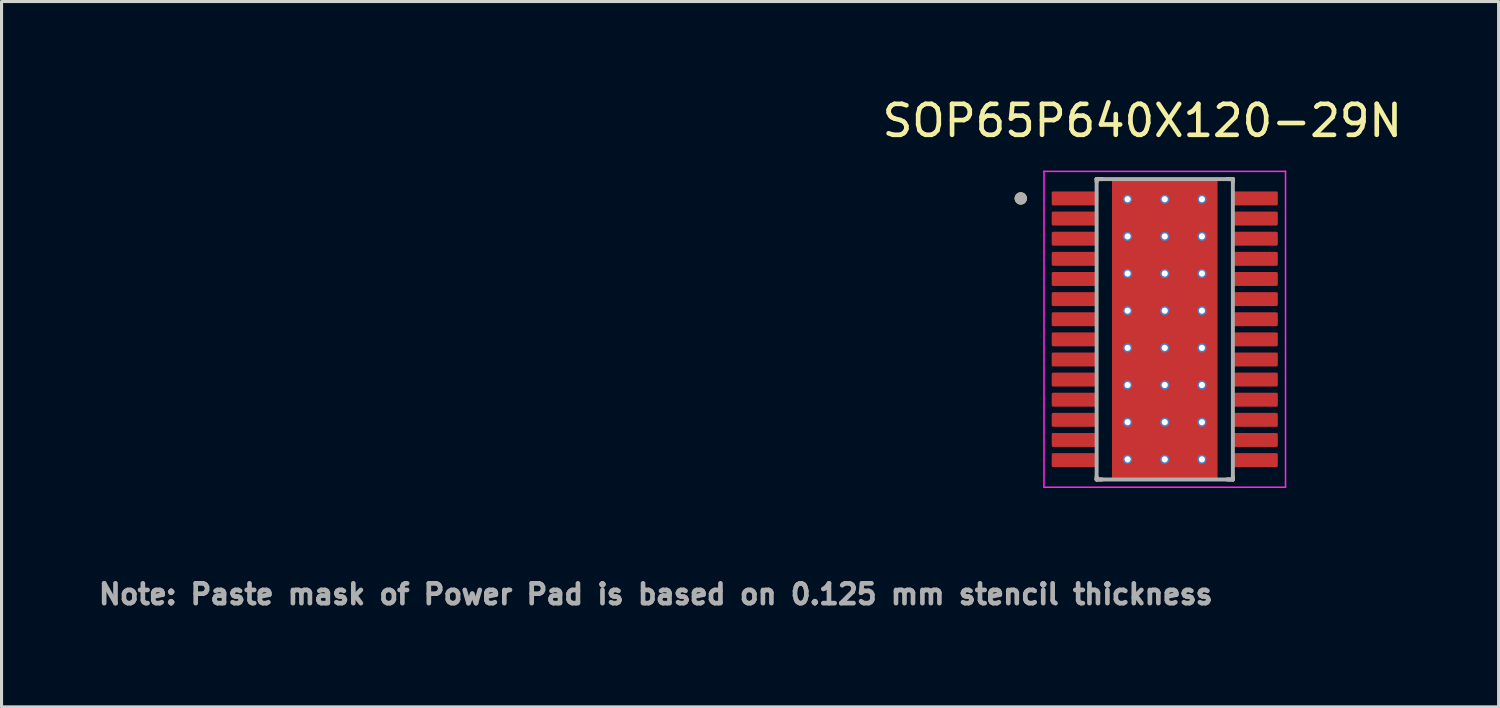
<source format=kicad_pcb>
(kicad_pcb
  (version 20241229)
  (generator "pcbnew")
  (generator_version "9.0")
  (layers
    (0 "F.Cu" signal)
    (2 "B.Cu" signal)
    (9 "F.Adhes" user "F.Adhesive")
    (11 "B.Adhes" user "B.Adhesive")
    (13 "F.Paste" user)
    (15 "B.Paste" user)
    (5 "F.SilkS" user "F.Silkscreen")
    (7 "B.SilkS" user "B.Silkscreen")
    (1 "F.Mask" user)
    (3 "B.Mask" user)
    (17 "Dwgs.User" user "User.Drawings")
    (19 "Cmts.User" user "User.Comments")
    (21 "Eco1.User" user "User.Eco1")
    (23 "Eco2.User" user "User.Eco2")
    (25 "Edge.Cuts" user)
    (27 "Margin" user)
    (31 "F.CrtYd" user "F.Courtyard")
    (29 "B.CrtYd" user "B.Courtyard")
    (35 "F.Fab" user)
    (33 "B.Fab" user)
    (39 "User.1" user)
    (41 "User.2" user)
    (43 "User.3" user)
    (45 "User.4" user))
  (footprint "SOP65P640X120-29N"
    (layer "F.Cu")
    (at 34.562 7.583)
    (property "Reference" "SOP65P640X120-29N" (at -0.725 -6.735 0) (layer "F.SilkS") (effects (font (size 1 1) (thickness 0.15))))
    (attr smd)
    (fp_poly (pts (xy -3.65 -4.5) (xy -2.15 -4.5) (xy -2.147 -4.5) (xy -2.145 -4.5) (xy -2.142 -4.499) (xy -2.14 -4.499) (xy -2.137 -4.498) (xy -2.135 -4.498) (xy -2.132 -4.497) (xy -2.13 -4.496) (xy -2.127 -4.495) (xy -2.125 -4.493) (xy -2.123 -4.492) (xy -2.121 -4.49) (xy -2.119 -4.489) (xy -2.117 -4.487) (xy -2.115 -4.485) (xy -2.113 -4.483) (xy -2.111 -4.481) (xy -2.11 -4.479) (xy -2.108 -4.477) (xy -2.107 -4.475) (xy -2.105 -4.473) (xy -2.104 -4.47) (xy -2.103 -4.468) (xy -2.102 -4.465) (xy -2.102 -4.463) (xy -2.101 -4.46) (xy -2.101 -4.458) (xy -2.1 -4.455) (xy -2.1 -4.453) (xy -2.1 -4.45) (xy -2.1 -4) (xy -2.1 -3.997) (xy -2.1 -3.995) (xy -2.101 -3.992) (xy -2.101 -3.99) (xy -2.102 -3.987) (xy -2.102 -3.985) (xy -2.103 -3.982) (xy -2.104 -3.98) (xy -2.105 -3.977) (xy -2.107 -3.975) (xy -2.108 -3.973) (xy -2.11 -3.971) (xy -2.111 -3.969) (xy -2.113 -3.967) (xy -2.115 -3.965) (xy -2.117 -3.963) (xy -2.119 -3.961) (xy -2.121 -3.96) (xy -2.123 -3.958) (xy -2.125 -3.957) (xy -2.127 -3.955) (xy -2.13 -3.954) (xy -2.132 -3.953) (xy -2.135 -3.952) (xy -2.137 -3.952) (xy -2.14 -3.951) (xy -2.142 -3.951) (xy -2.145 -3.95) (xy -2.147 -3.95) (xy -2.15 -3.95) (xy -3.65 -3.95) (xy -3.653 -3.95) (xy -3.655 -3.95) (xy -3.658 -3.951) (xy -3.66 -3.951) (xy -3.663 -3.952) (xy -3.665 -3.952) (xy -3.668 -3.953) (xy -3.67 -3.954) (xy -3.673 -3.955) (xy -3.675 -3.957) (xy -3.677 -3.958) (xy -3.679 -3.96) (xy -3.681 -3.961) (xy -3.683 -3.963) (xy -3.685 -3.965) (xy -3.687 -3.967) (xy -3.689 -3.969) (xy -3.69 -3.971) (xy -3.692 -3.973) (xy -3.693 -3.975) (xy -3.695 -3.977) (xy -3.696 -3.98) (xy -3.697 -3.982) (xy -3.698 -3.985) (xy -3.698 -3.987) (xy -3.699 -3.99) (xy -3.699 -3.992) (xy -3.7 -3.995) (xy -3.7 -3.997) (xy -3.7 -4) (xy -3.7 -4.45) (xy -3.7 -4.453) (xy -3.7 -4.455) (xy -3.699 -4.458) (xy -3.699 -4.46) (xy -3.698 -4.463) (xy -3.698 -4.465) (xy -3.697 -4.468) (xy -3.696 -4.47) (xy -3.695 -4.473) (xy -3.693 -4.475) (xy -3.692 -4.477) (xy -3.69 -4.479) (xy -3.689 -4.481) (xy -3.687 -4.483) (xy -3.685 -4.485) (xy -3.683 -4.487) (xy -3.681 -4.489) (xy -3.679 -4.49) (xy -3.677 -4.492) (xy -3.675 -4.493) (xy -3.673 -4.495) (xy -3.67 -4.496) (xy -3.668 -4.497) (xy -3.665 -4.498) (xy -3.663 -4.498) (xy -3.66 -4.499) (xy -3.658 -4.499) (xy -3.655 -4.5) (xy -3.653 -4.5) (xy -3.65 -4.5)) (stroke (width 0.01) (type solid)) (fill yes) (layer "F.Mask"))
    (fp_poly (pts (xy -3.65 -3.85) (xy -2.15 -3.85) (xy -2.147 -3.85) (xy -2.145 -3.85) (xy -2.142 -3.849) (xy -2.14 -3.849) (xy -2.137 -3.848) (xy -2.135 -3.848) (xy -2.132 -3.847) (xy -2.13 -3.846) (xy -2.127 -3.845) (xy -2.125 -3.843) (xy -2.123 -3.842) (xy -2.121 -3.84) (xy -2.119 -3.839) (xy -2.117 -3.837) (xy -2.115 -3.835) (xy -2.113 -3.833) (xy -2.111 -3.831) (xy -2.11 -3.829) (xy -2.108 -3.827) (xy -2.107 -3.825) (xy -2.105 -3.823) (xy -2.104 -3.82) (xy -2.103 -3.818) (xy -2.102 -3.815) (xy -2.102 -3.813) (xy -2.101 -3.81) (xy -2.101 -3.808) (xy -2.1 -3.805) (xy -2.1 -3.803) (xy -2.1 -3.8) (xy -2.1 -3.35) (xy -2.1 -3.347) (xy -2.1 -3.345) (xy -2.101 -3.342) (xy -2.101 -3.34) (xy -2.102 -3.337) (xy -2.102 -3.335) (xy -2.103 -3.332) (xy -2.104 -3.33) (xy -2.105 -3.327) (xy -2.107 -3.325) (xy -2.108 -3.323) (xy -2.11 -3.321) (xy -2.111 -3.319) (xy -2.113 -3.317) (xy -2.115 -3.315) (xy -2.117 -3.313) (xy -2.119 -3.311) (xy -2.121 -3.31) (xy -2.123 -3.308) (xy -2.125 -3.307) (xy -2.127 -3.305) (xy -2.13 -3.304) (xy -2.132 -3.303) (xy -2.135 -3.302) (xy -2.137 -3.302) (xy -2.14 -3.301) (xy -2.142 -3.301) (xy -2.145 -3.3) (xy -2.147 -3.3) (xy -2.15 -3.3) (xy -3.65 -3.3) (xy -3.653 -3.3) (xy -3.655 -3.3) (xy -3.658 -3.301) (xy -3.66 -3.301) (xy -3.663 -3.302) (xy -3.665 -3.302) (xy -3.668 -3.303) (xy -3.67 -3.304) (xy -3.673 -3.305) (xy -3.675 -3.307) (xy -3.677 -3.308) (xy -3.679 -3.31) (xy -3.681 -3.311) (xy -3.683 -3.313) (xy -3.685 -3.315) (xy -3.687 -3.317) (xy -3.689 -3.319) (xy -3.69 -3.321) (xy -3.692 -3.323) (xy -3.693 -3.325) (xy -3.695 -3.327) (xy -3.696 -3.33) (xy -3.697 -3.332) (xy -3.698 -3.335) (xy -3.698 -3.337) (xy -3.699 -3.34) (xy -3.699 -3.342) (xy -3.7 -3.345) (xy -3.7 -3.347) (xy -3.7 -3.35) (xy -3.7 -3.8) (xy -3.7 -3.803) (xy -3.7 -3.805) (xy -3.699 -3.808) (xy -3.699 -3.81) (xy -3.698 -3.813) (xy -3.698 -3.815) (xy -3.697 -3.818) (xy -3.696 -3.82) (xy -3.695 -3.823) (xy -3.693 -3.825) (xy -3.692 -3.827) (xy -3.69 -3.829) (xy -3.689 -3.831) (xy -3.687 -3.833) (xy -3.685 -3.835) (xy -3.683 -3.837) (xy -3.681 -3.839) (xy -3.679 -3.84) (xy -3.677 -3.842) (xy -3.675 -3.843) (xy -3.673 -3.845) (xy -3.67 -3.846) (xy -3.668 -3.847) (xy -3.665 -3.848) (xy -3.663 -3.848) (xy -3.66 -3.849) (xy -3.658 -3.849) (xy -3.655 -3.85) (xy -3.653 -3.85) (xy -3.65 -3.85)) (stroke (width 0.01) (type solid)) (fill yes) (layer "F.Mask"))
    (fp_poly (pts (xy -3.65 -3.2) (xy -2.15 -3.2) (xy -2.147 -3.2) (xy -2.145 -3.2) (xy -2.142 -3.199) (xy -2.14 -3.199) (xy -2.137 -3.198) (xy -2.135 -3.198) (xy -2.132 -3.197) (xy -2.13 -3.196) (xy -2.127 -3.195) (xy -2.125 -3.193) (xy -2.123 -3.192) (xy -2.121 -3.19) (xy -2.119 -3.189) (xy -2.117 -3.187) (xy -2.115 -3.185) (xy -2.113 -3.183) (xy -2.111 -3.181) (xy -2.11 -3.179) (xy -2.108 -3.177) (xy -2.107 -3.175) (xy -2.105 -3.173) (xy -2.104 -3.17) (xy -2.103 -3.168) (xy -2.102 -3.165) (xy -2.102 -3.163) (xy -2.101 -3.16) (xy -2.101 -3.158) (xy -2.1 -3.155) (xy -2.1 -3.153) (xy -2.1 -3.15) (xy -2.1 -2.7) (xy -2.1 -2.697) (xy -2.1 -2.695) (xy -2.101 -2.692) (xy -2.101 -2.69) (xy -2.102 -2.687) (xy -2.102 -2.685) (xy -2.103 -2.682) (xy -2.104 -2.68) (xy -2.105 -2.677) (xy -2.107 -2.675) (xy -2.108 -2.673) (xy -2.11 -2.671) (xy -2.111 -2.669) (xy -2.113 -2.667) (xy -2.115 -2.665) (xy -2.117 -2.663) (xy -2.119 -2.661) (xy -2.121 -2.66) (xy -2.123 -2.658) (xy -2.125 -2.657) (xy -2.127 -2.655) (xy -2.13 -2.654) (xy -2.132 -2.653) (xy -2.135 -2.652) (xy -2.137 -2.652) (xy -2.14 -2.651) (xy -2.142 -2.651) (xy -2.145 -2.65) (xy -2.147 -2.65) (xy -2.15 -2.65) (xy -3.65 -2.65) (xy -3.653 -2.65) (xy -3.655 -2.65) (xy -3.658 -2.651) (xy -3.66 -2.651) (xy -3.663 -2.652) (xy -3.665 -2.652) (xy -3.668 -2.653) (xy -3.67 -2.654) (xy -3.673 -2.655) (xy -3.675 -2.657) (xy -3.677 -2.658) (xy -3.679 -2.66) (xy -3.681 -2.661) (xy -3.683 -2.663) (xy -3.685 -2.665) (xy -3.687 -2.667) (xy -3.689 -2.669) (xy -3.69 -2.671) (xy -3.692 -2.673) (xy -3.693 -2.675) (xy -3.695 -2.677) (xy -3.696 -2.68) (xy -3.697 -2.682) (xy -3.698 -2.685) (xy -3.698 -2.687) (xy -3.699 -2.69) (xy -3.699 -2.692) (xy -3.7 -2.695) (xy -3.7 -2.697) (xy -3.7 -2.7) (xy -3.7 -3.15) (xy -3.7 -3.153) (xy -3.7 -3.155) (xy -3.699 -3.158) (xy -3.699 -3.16) (xy -3.698 -3.163) (xy -3.698 -3.165) (xy -3.697 -3.168) (xy -3.696 -3.17) (xy -3.695 -3.173) (xy -3.693 -3.175) (xy -3.692 -3.177) (xy -3.69 -3.179) (xy -3.689 -3.181) (xy -3.687 -3.183) (xy -3.685 -3.185) (xy -3.683 -3.187) (xy -3.681 -3.189) (xy -3.679 -3.19) (xy -3.677 -3.192) (xy -3.675 -3.193) (xy -3.673 -3.195) (xy -3.67 -3.196) (xy -3.668 -3.197) (xy -3.665 -3.198) (xy -3.663 -3.198) (xy -3.66 -3.199) (xy -3.658 -3.199) (xy -3.655 -3.2) (xy -3.653 -3.2) (xy -3.65 -3.2)) (stroke (width 0.01) (type solid)) (fill yes) (layer "F.Mask"))
    (fp_poly (pts (xy -3.65 -2.55) (xy -2.15 -2.55) (xy -2.147 -2.55) (xy -2.145 -2.55) (xy -2.142 -2.549) (xy -2.14 -2.549) (xy -2.137 -2.548) (xy -2.135 -2.548) (xy -2.132 -2.547) (xy -2.13 -2.546) (xy -2.127 -2.545) (xy -2.125 -2.543) (xy -2.123 -2.542) (xy -2.121 -2.54) (xy -2.119 -2.539) (xy -2.117 -2.537) (xy -2.115 -2.535) (xy -2.113 -2.533) (xy -2.111 -2.531) (xy -2.11 -2.529) (xy -2.108 -2.527) (xy -2.107 -2.525) (xy -2.105 -2.523) (xy -2.104 -2.52) (xy -2.103 -2.518) (xy -2.102 -2.515) (xy -2.102 -2.513) (xy -2.101 -2.51) (xy -2.101 -2.508) (xy -2.1 -2.505) (xy -2.1 -2.503) (xy -2.1 -2.5) (xy -2.1 -2.05) (xy -2.1 -2.047) (xy -2.1 -2.045) (xy -2.101 -2.042) (xy -2.101 -2.04) (xy -2.102 -2.037) (xy -2.102 -2.035) (xy -2.103 -2.032) (xy -2.104 -2.03) (xy -2.105 -2.027) (xy -2.107 -2.025) (xy -2.108 -2.023) (xy -2.11 -2.021) (xy -2.111 -2.019) (xy -2.113 -2.017) (xy -2.115 -2.015) (xy -2.117 -2.013) (xy -2.119 -2.011) (xy -2.121 -2.01) (xy -2.123 -2.008) (xy -2.125 -2.007) (xy -2.127 -2.005) (xy -2.13 -2.004) (xy -2.132 -2.003) (xy -2.135 -2.002) (xy -2.137 -2.002) (xy -2.14 -2.001) (xy -2.142 -2.001) (xy -2.145 -2) (xy -2.147 -2) (xy -2.15 -2) (xy -3.65 -2) (xy -3.653 -2) (xy -3.655 -2) (xy -3.658 -2.001) (xy -3.66 -2.001) (xy -3.663 -2.002) (xy -3.665 -2.002) (xy -3.668 -2.003) (xy -3.67 -2.004) (xy -3.673 -2.005) (xy -3.675 -2.007) (xy -3.677 -2.008) (xy -3.679 -2.01) (xy -3.681 -2.011) (xy -3.683 -2.013) (xy -3.685 -2.015) (xy -3.687 -2.017) (xy -3.689 -2.019) (xy -3.69 -2.021) (xy -3.692 -2.023) (xy -3.693 -2.025) (xy -3.695 -2.027) (xy -3.696 -2.03) (xy -3.697 -2.032) (xy -3.698 -2.035) (xy -3.698 -2.037) (xy -3.699 -2.04) (xy -3.699 -2.042) (xy -3.7 -2.045) (xy -3.7 -2.047) (xy -3.7 -2.05) (xy -3.7 -2.5) (xy -3.7 -2.503) (xy -3.7 -2.505) (xy -3.699 -2.508) (xy -3.699 -2.51) (xy -3.698 -2.513) (xy -3.698 -2.515) (xy -3.697 -2.518) (xy -3.696 -2.52) (xy -3.695 -2.523) (xy -3.693 -2.525) (xy -3.692 -2.527) (xy -3.69 -2.529) (xy -3.689 -2.531) (xy -3.687 -2.533) (xy -3.685 -2.535) (xy -3.683 -2.537) (xy -3.681 -2.539) (xy -3.679 -2.54) (xy -3.677 -2.542) (xy -3.675 -2.543) (xy -3.673 -2.545) (xy -3.67 -2.546) (xy -3.668 -2.547) (xy -3.665 -2.548) (xy -3.663 -2.548) (xy -3.66 -2.549) (xy -3.658 -2.549) (xy -3.655 -2.55) (xy -3.653 -2.55) (xy -3.65 -2.55)) (stroke (width 0.01) (type solid)) (fill yes) (layer "F.Mask"))
    (fp_poly (pts (xy -3.65 -1.9) (xy -2.15 -1.9) (xy -2.147 -1.9) (xy -2.145 -1.9) (xy -2.142 -1.899) (xy -2.14 -1.899) (xy -2.137 -1.898) (xy -2.135 -1.898) (xy -2.132 -1.897) (xy -2.13 -1.896) (xy -2.127 -1.895) (xy -2.125 -1.893) (xy -2.123 -1.892) (xy -2.121 -1.89) (xy -2.119 -1.889) (xy -2.117 -1.887) (xy -2.115 -1.885) (xy -2.113 -1.883) (xy -2.111 -1.881) (xy -2.11 -1.879) (xy -2.108 -1.877) (xy -2.107 -1.875) (xy -2.105 -1.873) (xy -2.104 -1.87) (xy -2.103 -1.868) (xy -2.102 -1.865) (xy -2.102 -1.863) (xy -2.101 -1.86) (xy -2.101 -1.858) (xy -2.1 -1.855) (xy -2.1 -1.853) (xy -2.1 -1.85) (xy -2.1 -1.4) (xy -2.1 -1.397) (xy -2.1 -1.395) (xy -2.101 -1.392) (xy -2.101 -1.39) (xy -2.102 -1.387) (xy -2.102 -1.385) (xy -2.103 -1.382) (xy -2.104 -1.38) (xy -2.105 -1.377) (xy -2.107 -1.375) (xy -2.108 -1.373) (xy -2.11 -1.371) (xy -2.111 -1.369) (xy -2.113 -1.367) (xy -2.115 -1.365) (xy -2.117 -1.363) (xy -2.119 -1.361) (xy -2.121 -1.36) (xy -2.123 -1.358) (xy -2.125 -1.357) (xy -2.127 -1.355) (xy -2.13 -1.354) (xy -2.132 -1.353) (xy -2.135 -1.352) (xy -2.137 -1.352) (xy -2.14 -1.351) (xy -2.142 -1.351) (xy -2.145 -1.35) (xy -2.147 -1.35) (xy -2.15 -1.35) (xy -3.65 -1.35) (xy -3.653 -1.35) (xy -3.655 -1.35) (xy -3.658 -1.351) (xy -3.66 -1.351) (xy -3.663 -1.352) (xy -3.665 -1.352) (xy -3.668 -1.353) (xy -3.67 -1.354) (xy -3.673 -1.355) (xy -3.675 -1.357) (xy -3.677 -1.358) (xy -3.679 -1.36) (xy -3.681 -1.361) (xy -3.683 -1.363) (xy -3.685 -1.365) (xy -3.687 -1.367) (xy -3.689 -1.369) (xy -3.69 -1.371) (xy -3.692 -1.373) (xy -3.693 -1.375) (xy -3.695 -1.377) (xy -3.696 -1.38) (xy -3.697 -1.382) (xy -3.698 -1.385) (xy -3.698 -1.387) (xy -3.699 -1.39) (xy -3.699 -1.392) (xy -3.7 -1.395) (xy -3.7 -1.397) (xy -3.7 -1.4) (xy -3.7 -1.85) (xy -3.7 -1.853) (xy -3.7 -1.855) (xy -3.699 -1.858) (xy -3.699 -1.86) (xy -3.698 -1.863) (xy -3.698 -1.865) (xy -3.697 -1.868) (xy -3.696 -1.87) (xy -3.695 -1.873) (xy -3.693 -1.875) (xy -3.692 -1.877) (xy -3.69 -1.879) (xy -3.689 -1.881) (xy -3.687 -1.883) (xy -3.685 -1.885) (xy -3.683 -1.887) (xy -3.681 -1.889) (xy -3.679 -1.89) (xy -3.677 -1.892) (xy -3.675 -1.893) (xy -3.673 -1.895) (xy -3.67 -1.896) (xy -3.668 -1.897) (xy -3.665 -1.898) (xy -3.663 -1.898) (xy -3.66 -1.899) (xy -3.658 -1.899) (xy -3.655 -1.9) (xy -3.653 -1.9) (xy -3.65 -1.9)) (stroke (width 0.01) (type solid)) (fill yes) (layer "F.Mask"))
    (fp_poly (pts (xy -3.65 -1.25) (xy -2.15 -1.25) (xy -2.147 -1.25) (xy -2.145 -1.25) (xy -2.142 -1.249) (xy -2.14 -1.249) (xy -2.137 -1.248) (xy -2.135 -1.248) (xy -2.132 -1.247) (xy -2.13 -1.246) (xy -2.127 -1.245) (xy -2.125 -1.243) (xy -2.123 -1.242) (xy -2.121 -1.24) (xy -2.119 -1.239) (xy -2.117 -1.237) (xy -2.115 -1.235) (xy -2.113 -1.233) (xy -2.111 -1.231) (xy -2.11 -1.229) (xy -2.108 -1.227) (xy -2.107 -1.225) (xy -2.105 -1.223) (xy -2.104 -1.22) (xy -2.103 -1.218) (xy -2.102 -1.215) (xy -2.102 -1.213) (xy -2.101 -1.21) (xy -2.101 -1.208) (xy -2.1 -1.205) (xy -2.1 -1.203) (xy -2.1 -1.2) (xy -2.1 -0.75) (xy -2.1 -0.747) (xy -2.1 -0.745) (xy -2.101 -0.742) (xy -2.101 -0.74) (xy -2.102 -0.737) (xy -2.102 -0.735) (xy -2.103 -0.732) (xy -2.104 -0.73) (xy -2.105 -0.727) (xy -2.107 -0.725) (xy -2.108 -0.723) (xy -2.11 -0.721) (xy -2.111 -0.719) (xy -2.113 -0.717) (xy -2.115 -0.715) (xy -2.117 -0.713) (xy -2.119 -0.711) (xy -2.121 -0.71) (xy -2.123 -0.708) (xy -2.125 -0.707) (xy -2.127 -0.705) (xy -2.13 -0.704) (xy -2.132 -0.703) (xy -2.135 -0.702) (xy -2.137 -0.702) (xy -2.14 -0.701) (xy -2.142 -0.701) (xy -2.145 -0.7) (xy -2.147 -0.7) (xy -2.15 -0.7) (xy -3.65 -0.7) (xy -3.653 -0.7) (xy -3.655 -0.7) (xy -3.658 -0.701) (xy -3.66 -0.701) (xy -3.663 -0.702) (xy -3.665 -0.702) (xy -3.668 -0.703) (xy -3.67 -0.704) (xy -3.673 -0.705) (xy -3.675 -0.707) (xy -3.677 -0.708) (xy -3.679 -0.71) (xy -3.681 -0.711) (xy -3.683 -0.713) (xy -3.685 -0.715) (xy -3.687 -0.717) (xy -3.689 -0.719) (xy -3.69 -0.721) (xy -3.692 -0.723) (xy -3.693 -0.725) (xy -3.695 -0.727) (xy -3.696 -0.73) (xy -3.697 -0.732) (xy -3.698 -0.735) (xy -3.698 -0.737) (xy -3.699 -0.74) (xy -3.699 -0.742) (xy -3.7 -0.745) (xy -3.7 -0.747) (xy -3.7 -0.75) (xy -3.7 -1.2) (xy -3.7 -1.203) (xy -3.7 -1.205) (xy -3.699 -1.208) (xy -3.699 -1.21) (xy -3.698 -1.213) (xy -3.698 -1.215) (xy -3.697 -1.218) (xy -3.696 -1.22) (xy -3.695 -1.223) (xy -3.693 -1.225) (xy -3.692 -1.227) (xy -3.69 -1.229) (xy -3.689 -1.231) (xy -3.687 -1.233) (xy -3.685 -1.235) (xy -3.683 -1.237) (xy -3.681 -1.239) (xy -3.679 -1.24) (xy -3.677 -1.242) (xy -3.675 -1.243) (xy -3.673 -1.245) (xy -3.67 -1.246) (xy -3.668 -1.247) (xy -3.665 -1.248) (xy -3.663 -1.248) (xy -3.66 -1.249) (xy -3.658 -1.249) (xy -3.655 -1.25) (xy -3.653 -1.25) (xy -3.65 -1.25)) (stroke (width 0.01) (type solid)) (fill yes) (layer "F.Mask"))
    (fp_poly (pts (xy -3.65 -0.6) (xy -2.15 -0.6) (xy -2.147 -0.6) (xy -2.145 -0.6) (xy -2.142 -0.599) (xy -2.14 -0.599) (xy -2.137 -0.598) (xy -2.135 -0.598) (xy -2.132 -0.597) (xy -2.13 -0.596) (xy -2.127 -0.595) (xy -2.125 -0.593) (xy -2.123 -0.592) (xy -2.121 -0.59) (xy -2.119 -0.589) (xy -2.117 -0.587) (xy -2.115 -0.585) (xy -2.113 -0.583) (xy -2.111 -0.581) (xy -2.11 -0.579) (xy -2.108 -0.577) (xy -2.107 -0.575) (xy -2.105 -0.573) (xy -2.104 -0.57) (xy -2.103 -0.568) (xy -2.102 -0.565) (xy -2.102 -0.563) (xy -2.101 -0.56) (xy -2.101 -0.558) (xy -2.1 -0.555) (xy -2.1 -0.553) (xy -2.1 -0.55) (xy -2.1 -0.1) (xy -2.1 -0.097) (xy -2.1 -0.095) (xy -2.101 -0.092) (xy -2.101 -0.09) (xy -2.102 -0.087) (xy -2.102 -0.085) (xy -2.103 -0.082) (xy -2.104 -0.08) (xy -2.105 -0.077) (xy -2.107 -0.075) (xy -2.108 -0.073) (xy -2.11 -0.071) (xy -2.111 -0.069) (xy -2.113 -0.067) (xy -2.115 -0.065) (xy -2.117 -0.063) (xy -2.119 -0.061) (xy -2.121 -0.06) (xy -2.123 -0.058) (xy -2.125 -0.057) (xy -2.127 -0.055) (xy -2.13 -0.054) (xy -2.132 -0.053) (xy -2.135 -0.052) (xy -2.137 -0.052) (xy -2.14 -0.051) (xy -2.142 -0.051) (xy -2.145 -0.05) (xy -2.147 -0.05) (xy -2.15 -0.05) (xy -3.65 -0.05) (xy -3.653 -0.05) (xy -3.655 -0.05) (xy -3.658 -0.051) (xy -3.66 -0.051) (xy -3.663 -0.052) (xy -3.665 -0.052) (xy -3.668 -0.053) (xy -3.67 -0.054) (xy -3.673 -0.055) (xy -3.675 -0.057) (xy -3.677 -0.058) (xy -3.679 -0.06) (xy -3.681 -0.061) (xy -3.683 -0.063) (xy -3.685 -0.065) (xy -3.687 -0.067) (xy -3.689 -0.069) (xy -3.69 -0.071) (xy -3.692 -0.073) (xy -3.693 -0.075) (xy -3.695 -0.077) (xy -3.696 -0.08) (xy -3.697 -0.082) (xy -3.698 -0.085) (xy -3.698 -0.087) (xy -3.699 -0.09) (xy -3.699 -0.092) (xy -3.7 -0.095) (xy -3.7 -0.097) (xy -3.7 -0.1) (xy -3.7 -0.55) (xy -3.7 -0.553) (xy -3.7 -0.555) (xy -3.699 -0.558) (xy -3.699 -0.56) (xy -3.698 -0.563) (xy -3.698 -0.565) (xy -3.697 -0.568) (xy -3.696 -0.57) (xy -3.695 -0.573) (xy -3.693 -0.575) (xy -3.692 -0.577) (xy -3.69 -0.579) (xy -3.689 -0.581) (xy -3.687 -0.583) (xy -3.685 -0.585) (xy -3.683 -0.587) (xy -3.681 -0.589) (xy -3.679 -0.59) (xy -3.677 -0.592) (xy -3.675 -0.593) (xy -3.673 -0.595) (xy -3.67 -0.596) (xy -3.668 -0.597) (xy -3.665 -0.598) (xy -3.663 -0.598) (xy -3.66 -0.599) (xy -3.658 -0.599) (xy -3.655 -0.6) (xy -3.653 -0.6) (xy -3.65 -0.6)) (stroke (width 0.01) (type solid)) (fill yes) (layer "F.Mask"))
    (fp_poly (pts (xy -3.65 0.05) (xy -2.15 0.05) (xy -2.147 0.05) (xy -2.145 0.05) (xy -2.142 0.051) (xy -2.14 0.051) (xy -2.137 0.052) (xy -2.135 0.052) (xy -2.132 0.053) (xy -2.13 0.054) (xy -2.127 0.055) (xy -2.125 0.057) (xy -2.123 0.058) (xy -2.121 0.06) (xy -2.119 0.061) (xy -2.117 0.063) (xy -2.115 0.065) (xy -2.113 0.067) (xy -2.111 0.069) (xy -2.11 0.071) (xy -2.108 0.073) (xy -2.107 0.075) (xy -2.105 0.077) (xy -2.104 0.08) (xy -2.103 0.082) (xy -2.102 0.085) (xy -2.102 0.087) (xy -2.101 0.09) (xy -2.101 0.092) (xy -2.1 0.095) (xy -2.1 0.097) (xy -2.1 0.1) (xy -2.1 0.55) (xy -2.1 0.553) (xy -2.1 0.555) (xy -2.101 0.558) (xy -2.101 0.56) (xy -2.102 0.563) (xy -2.102 0.565) (xy -2.103 0.568) (xy -2.104 0.57) (xy -2.105 0.573) (xy -2.107 0.575) (xy -2.108 0.577) (xy -2.11 0.579) (xy -2.111 0.581) (xy -2.113 0.583) (xy -2.115 0.585) (xy -2.117 0.587) (xy -2.119 0.589) (xy -2.121 0.59) (xy -2.123 0.592) (xy -2.125 0.593) (xy -2.127 0.595) (xy -2.13 0.596) (xy -2.132 0.597) (xy -2.135 0.598) (xy -2.137 0.598) (xy -2.14 0.599) (xy -2.142 0.599) (xy -2.145 0.6) (xy -2.147 0.6) (xy -2.15 0.6) (xy -3.65 0.6) (xy -3.653 0.6) (xy -3.655 0.6) (xy -3.658 0.599) (xy -3.66 0.599) (xy -3.663 0.598) (xy -3.665 0.598) (xy -3.668 0.597) (xy -3.67 0.596) (xy -3.673 0.595) (xy -3.675 0.593) (xy -3.677 0.592) (xy -3.679 0.59) (xy -3.681 0.589) (xy -3.683 0.587) (xy -3.685 0.585) (xy -3.687 0.583) (xy -3.689 0.581) (xy -3.69 0.579) (xy -3.692 0.577) (xy -3.693 0.575) (xy -3.695 0.573) (xy -3.696 0.57) (xy -3.697 0.568) (xy -3.698 0.565) (xy -3.698 0.563) (xy -3.699 0.56) (xy -3.699 0.558) (xy -3.7 0.555) (xy -3.7 0.553) (xy -3.7 0.55) (xy -3.7 0.1) (xy -3.7 0.097) (xy -3.7 0.095) (xy -3.699 0.092) (xy -3.699 0.09) (xy -3.698 0.087) (xy -3.698 0.085) (xy -3.697 0.082) (xy -3.696 0.08) (xy -3.695 0.077) (xy -3.693 0.075) (xy -3.692 0.073) (xy -3.69 0.071) (xy -3.689 0.069) (xy -3.687 0.067) (xy -3.685 0.065) (xy -3.683 0.063) (xy -3.681 0.061) (xy -3.679 0.06) (xy -3.677 0.058) (xy -3.675 0.057) (xy -3.673 0.055) (xy -3.67 0.054) (xy -3.668 0.053) (xy -3.665 0.052) (xy -3.663 0.052) (xy -3.66 0.051) (xy -3.658 0.051) (xy -3.655 0.05) (xy -3.653 0.05) (xy -3.65 0.05)) (stroke (width 0.01) (type solid)) (fill yes) (layer "F.Mask"))
    (fp_poly (pts (xy -3.65 0.7) (xy -2.15 0.7) (xy -2.147 0.7) (xy -2.145 0.7) (xy -2.142 0.701) (xy -2.14 0.701) (xy -2.137 0.702) (xy -2.135 0.702) (xy -2.132 0.703) (xy -2.13 0.704) (xy -2.127 0.705) (xy -2.125 0.707) (xy -2.123 0.708) (xy -2.121 0.71) (xy -2.119 0.711) (xy -2.117 0.713) (xy -2.115 0.715) (xy -2.113 0.717) (xy -2.111 0.719) (xy -2.11 0.721) (xy -2.108 0.723) (xy -2.107 0.725) (xy -2.105 0.727) (xy -2.104 0.73) (xy -2.103 0.732) (xy -2.102 0.735) (xy -2.102 0.737) (xy -2.101 0.74) (xy -2.101 0.742) (xy -2.1 0.745) (xy -2.1 0.747) (xy -2.1 0.75) (xy -2.1 1.2) (xy -2.1 1.203) (xy -2.1 1.205) (xy -2.101 1.208) (xy -2.101 1.21) (xy -2.102 1.213) (xy -2.102 1.215) (xy -2.103 1.218) (xy -2.104 1.22) (xy -2.105 1.223) (xy -2.107 1.225) (xy -2.108 1.227) (xy -2.11 1.229) (xy -2.111 1.231) (xy -2.113 1.233) (xy -2.115 1.235) (xy -2.117 1.237) (xy -2.119 1.239) (xy -2.121 1.24) (xy -2.123 1.242) (xy -2.125 1.243) (xy -2.127 1.245) (xy -2.13 1.246) (xy -2.132 1.247) (xy -2.135 1.248) (xy -2.137 1.248) (xy -2.14 1.249) (xy -2.142 1.249) (xy -2.145 1.25) (xy -2.147 1.25) (xy -2.15 1.25) (xy -3.65 1.25) (xy -3.653 1.25) (xy -3.655 1.25) (xy -3.658 1.249) (xy -3.66 1.249) (xy -3.663 1.248) (xy -3.665 1.248) (xy -3.668 1.247) (xy -3.67 1.246) (xy -3.673 1.245) (xy -3.675 1.243) (xy -3.677 1.242) (xy -3.679 1.24) (xy -3.681 1.239) (xy -3.683 1.237) (xy -3.685 1.235) (xy -3.687 1.233) (xy -3.689 1.231) (xy -3.69 1.229) (xy -3.692 1.227) (xy -3.693 1.225) (xy -3.695 1.223) (xy -3.696 1.22) (xy -3.697 1.218) (xy -3.698 1.215) (xy -3.698 1.213) (xy -3.699 1.21) (xy -3.699 1.208) (xy -3.7 1.205) (xy -3.7 1.203) (xy -3.7 1.2) (xy -3.7 0.75) (xy -3.7 0.747) (xy -3.7 0.745) (xy -3.699 0.742) (xy -3.699 0.74) (xy -3.698 0.737) (xy -3.698 0.735) (xy -3.697 0.732) (xy -3.696 0.73) (xy -3.695 0.727) (xy -3.693 0.725) (xy -3.692 0.723) (xy -3.69 0.721) (xy -3.689 0.719) (xy -3.687 0.717) (xy -3.685 0.715) (xy -3.683 0.713) (xy -3.681 0.711) (xy -3.679 0.71) (xy -3.677 0.708) (xy -3.675 0.707) (xy -3.673 0.705) (xy -3.67 0.704) (xy -3.668 0.703) (xy -3.665 0.702) (xy -3.663 0.702) (xy -3.66 0.701) (xy -3.658 0.701) (xy -3.655 0.7) (xy -3.653 0.7) (xy -3.65 0.7)) (stroke (width 0.01) (type solid)) (fill yes) (layer "F.Mask"))
    (fp_poly (pts (xy -3.65 1.35) (xy -2.15 1.35) (xy -2.147 1.35) (xy -2.145 1.35) (xy -2.142 1.351) (xy -2.14 1.351) (xy -2.137 1.352) (xy -2.135 1.352) (xy -2.132 1.353) (xy -2.13 1.354) (xy -2.127 1.355) (xy -2.125 1.357) (xy -2.123 1.358) (xy -2.121 1.36) (xy -2.119 1.361) (xy -2.117 1.363) (xy -2.115 1.365) (xy -2.113 1.367) (xy -2.111 1.369) (xy -2.11 1.371) (xy -2.108 1.373) (xy -2.107 1.375) (xy -2.105 1.377) (xy -2.104 1.38) (xy -2.103 1.382) (xy -2.102 1.385) (xy -2.102 1.387) (xy -2.101 1.39) (xy -2.101 1.392) (xy -2.1 1.395) (xy -2.1 1.397) (xy -2.1 1.4) (xy -2.1 1.85) (xy -2.1 1.853) (xy -2.1 1.855) (xy -2.101 1.858) (xy -2.101 1.86) (xy -2.102 1.863) (xy -2.102 1.865) (xy -2.103 1.868) (xy -2.104 1.87) (xy -2.105 1.873) (xy -2.107 1.875) (xy -2.108 1.877) (xy -2.11 1.879) (xy -2.111 1.881) (xy -2.113 1.883) (xy -2.115 1.885) (xy -2.117 1.887) (xy -2.119 1.889) (xy -2.121 1.89) (xy -2.123 1.892) (xy -2.125 1.893) (xy -2.127 1.895) (xy -2.13 1.896) (xy -2.132 1.897) (xy -2.135 1.898) (xy -2.137 1.898) (xy -2.14 1.899) (xy -2.142 1.899) (xy -2.145 1.9) (xy -2.147 1.9) (xy -2.15 1.9) (xy -3.65 1.9) (xy -3.653 1.9) (xy -3.655 1.9) (xy -3.658 1.899) (xy -3.66 1.899) (xy -3.663 1.898) (xy -3.665 1.898) (xy -3.668 1.897) (xy -3.67 1.896) (xy -3.673 1.895) (xy -3.675 1.893) (xy -3.677 1.892) (xy -3.679 1.89) (xy -3.681 1.889) (xy -3.683 1.887) (xy -3.685 1.885) (xy -3.687 1.883) (xy -3.689 1.881) (xy -3.69 1.879) (xy -3.692 1.877) (xy -3.693 1.875) (xy -3.695 1.873) (xy -3.696 1.87) (xy -3.697 1.868) (xy -3.698 1.865) (xy -3.698 1.863) (xy -3.699 1.86) (xy -3.699 1.858) (xy -3.7 1.855) (xy -3.7 1.853) (xy -3.7 1.85) (xy -3.7 1.4) (xy -3.7 1.397) (xy -3.7 1.395) (xy -3.699 1.392) (xy -3.699 1.39) (xy -3.698 1.387) (xy -3.698 1.385) (xy -3.697 1.382) (xy -3.696 1.38) (xy -3.695 1.377) (xy -3.693 1.375) (xy -3.692 1.373) (xy -3.69 1.371) (xy -3.689 1.369) (xy -3.687 1.367) (xy -3.685 1.365) (xy -3.683 1.363) (xy -3.681 1.361) (xy -3.679 1.36) (xy -3.677 1.358) (xy -3.675 1.357) (xy -3.673 1.355) (xy -3.67 1.354) (xy -3.668 1.353) (xy -3.665 1.352) (xy -3.663 1.352) (xy -3.66 1.351) (xy -3.658 1.351) (xy -3.655 1.35) (xy -3.653 1.35) (xy -3.65 1.35)) (stroke (width 0.01) (type solid)) (fill yes) (layer "F.Mask"))
    (fp_poly (pts (xy -3.65 2) (xy -2.15 2) (xy -2.147 2) (xy -2.145 2) (xy -2.142 2.001) (xy -2.14 2.001) (xy -2.137 2.002) (xy -2.135 2.002) (xy -2.132 2.003) (xy -2.13 2.004) (xy -2.127 2.005) (xy -2.125 2.007) (xy -2.123 2.008) (xy -2.121 2.01) (xy -2.119 2.011) (xy -2.117 2.013) (xy -2.115 2.015) (xy -2.113 2.017) (xy -2.111 2.019) (xy -2.11 2.021) (xy -2.108 2.023) (xy -2.107 2.025) (xy -2.105 2.027) (xy -2.104 2.03) (xy -2.103 2.032) (xy -2.102 2.035) (xy -2.102 2.037) (xy -2.101 2.04) (xy -2.101 2.042) (xy -2.1 2.045) (xy -2.1 2.047) (xy -2.1 2.05) (xy -2.1 2.5) (xy -2.1 2.503) (xy -2.1 2.505) (xy -2.101 2.508) (xy -2.101 2.51) (xy -2.102 2.513) (xy -2.102 2.515) (xy -2.103 2.518) (xy -2.104 2.52) (xy -2.105 2.523) (xy -2.107 2.525) (xy -2.108 2.527) (xy -2.11 2.529) (xy -2.111 2.531) (xy -2.113 2.533) (xy -2.115 2.535) (xy -2.117 2.537) (xy -2.119 2.539) (xy -2.121 2.54) (xy -2.123 2.542) (xy -2.125 2.543) (xy -2.127 2.545) (xy -2.13 2.546) (xy -2.132 2.547) (xy -2.135 2.548) (xy -2.137 2.548) (xy -2.14 2.549) (xy -2.142 2.549) (xy -2.145 2.55) (xy -2.147 2.55) (xy -2.15 2.55) (xy -3.65 2.55) (xy -3.653 2.55) (xy -3.655 2.55) (xy -3.658 2.549) (xy -3.66 2.549) (xy -3.663 2.548) (xy -3.665 2.548) (xy -3.668 2.547) (xy -3.67 2.546) (xy -3.673 2.545) (xy -3.675 2.543) (xy -3.677 2.542) (xy -3.679 2.54) (xy -3.681 2.539) (xy -3.683 2.537) (xy -3.685 2.535) (xy -3.687 2.533) (xy -3.689 2.531) (xy -3.69 2.529) (xy -3.692 2.527) (xy -3.693 2.525) (xy -3.695 2.523) (xy -3.696 2.52) (xy -3.697 2.518) (xy -3.698 2.515) (xy -3.698 2.513) (xy -3.699 2.51) (xy -3.699 2.508) (xy -3.7 2.505) (xy -3.7 2.503) (xy -3.7 2.5) (xy -3.7 2.05) (xy -3.7 2.047) (xy -3.7 2.045) (xy -3.699 2.042) (xy -3.699 2.04) (xy -3.698 2.037) (xy -3.698 2.035) (xy -3.697 2.032) (xy -3.696 2.03) (xy -3.695 2.027) (xy -3.693 2.025) (xy -3.692 2.023) (xy -3.69 2.021) (xy -3.689 2.019) (xy -3.687 2.017) (xy -3.685 2.015) (xy -3.683 2.013) (xy -3.681 2.011) (xy -3.679 2.01) (xy -3.677 2.008) (xy -3.675 2.007) (xy -3.673 2.005) (xy -3.67 2.004) (xy -3.668 2.003) (xy -3.665 2.002) (xy -3.663 2.002) (xy -3.66 2.001) (xy -3.658 2.001) (xy -3.655 2) (xy -3.653 2) (xy -3.65 2)) (stroke (width 0.01) (type solid)) (fill yes) (layer "F.Mask"))
    (fp_poly (pts (xy -3.65 2.65) (xy -2.15 2.65) (xy -2.147 2.65) (xy -2.145 2.65) (xy -2.142 2.651) (xy -2.14 2.651) (xy -2.137 2.652) (xy -2.135 2.652) (xy -2.132 2.653) (xy -2.13 2.654) (xy -2.127 2.655) (xy -2.125 2.657) (xy -2.123 2.658) (xy -2.121 2.66) (xy -2.119 2.661) (xy -2.117 2.663) (xy -2.115 2.665) (xy -2.113 2.667) (xy -2.111 2.669) (xy -2.11 2.671) (xy -2.108 2.673) (xy -2.107 2.675) (xy -2.105 2.677) (xy -2.104 2.68) (xy -2.103 2.682) (xy -2.102 2.685) (xy -2.102 2.687) (xy -2.101 2.69) (xy -2.101 2.692) (xy -2.1 2.695) (xy -2.1 2.697) (xy -2.1 2.7) (xy -2.1 3.15) (xy -2.1 3.153) (xy -2.1 3.155) (xy -2.101 3.158) (xy -2.101 3.16) (xy -2.102 3.163) (xy -2.102 3.165) (xy -2.103 3.168) (xy -2.104 3.17) (xy -2.105 3.173) (xy -2.107 3.175) (xy -2.108 3.177) (xy -2.11 3.179) (xy -2.111 3.181) (xy -2.113 3.183) (xy -2.115 3.185) (xy -2.117 3.187) (xy -2.119 3.189) (xy -2.121 3.19) (xy -2.123 3.192) (xy -2.125 3.193) (xy -2.127 3.195) (xy -2.13 3.196) (xy -2.132 3.197) (xy -2.135 3.198) (xy -2.137 3.198) (xy -2.14 3.199) (xy -2.142 3.199) (xy -2.145 3.2) (xy -2.147 3.2) (xy -2.15 3.2) (xy -3.65 3.2) (xy -3.653 3.2) (xy -3.655 3.2) (xy -3.658 3.199) (xy -3.66 3.199) (xy -3.663 3.198) (xy -3.665 3.198) (xy -3.668 3.197) (xy -3.67 3.196) (xy -3.673 3.195) (xy -3.675 3.193) (xy -3.677 3.192) (xy -3.679 3.19) (xy -3.681 3.189) (xy -3.683 3.187) (xy -3.685 3.185) (xy -3.687 3.183) (xy -3.689 3.181) (xy -3.69 3.179) (xy -3.692 3.177) (xy -3.693 3.175) (xy -3.695 3.173) (xy -3.696 3.17) (xy -3.697 3.168) (xy -3.698 3.165) (xy -3.698 3.163) (xy -3.699 3.16) (xy -3.699 3.158) (xy -3.7 3.155) (xy -3.7 3.153) (xy -3.7 3.15) (xy -3.7 2.7) (xy -3.7 2.697) (xy -3.7 2.695) (xy -3.699 2.692) (xy -3.699 2.69) (xy -3.698 2.687) (xy -3.698 2.685) (xy -3.697 2.682) (xy -3.696 2.68) (xy -3.695 2.677) (xy -3.693 2.675) (xy -3.692 2.673) (xy -3.69 2.671) (xy -3.689 2.669) (xy -3.687 2.667) (xy -3.685 2.665) (xy -3.683 2.663) (xy -3.681 2.661) (xy -3.679 2.66) (xy -3.677 2.658) (xy -3.675 2.657) (xy -3.673 2.655) (xy -3.67 2.654) (xy -3.668 2.653) (xy -3.665 2.652) (xy -3.663 2.652) (xy -3.66 2.651) (xy -3.658 2.651) (xy -3.655 2.65) (xy -3.653 2.65) (xy -3.65 2.65)) (stroke (width 0.01) (type solid)) (fill yes) (layer "F.Mask"))
    (fp_poly (pts (xy -3.65 3.3) (xy -2.15 3.3) (xy -2.147 3.3) (xy -2.145 3.3) (xy -2.142 3.301) (xy -2.14 3.301) (xy -2.137 3.302) (xy -2.135 3.302) (xy -2.132 3.303) (xy -2.13 3.304) (xy -2.127 3.305) (xy -2.125 3.307) (xy -2.123 3.308) (xy -2.121 3.31) (xy -2.119 3.311) (xy -2.117 3.313) (xy -2.115 3.315) (xy -2.113 3.317) (xy -2.111 3.319) (xy -2.11 3.321) (xy -2.108 3.323) (xy -2.107 3.325) (xy -2.105 3.327) (xy -2.104 3.33) (xy -2.103 3.332) (xy -2.102 3.335) (xy -2.102 3.337) (xy -2.101 3.34) (xy -2.101 3.342) (xy -2.1 3.345) (xy -2.1 3.347) (xy -2.1 3.35) (xy -2.1 3.8) (xy -2.1 3.803) (xy -2.1 3.805) (xy -2.101 3.808) (xy -2.101 3.81) (xy -2.102 3.813) (xy -2.102 3.815) (xy -2.103 3.818) (xy -2.104 3.82) (xy -2.105 3.823) (xy -2.107 3.825) (xy -2.108 3.827) (xy -2.11 3.829) (xy -2.111 3.831) (xy -2.113 3.833) (xy -2.115 3.835) (xy -2.117 3.837) (xy -2.119 3.839) (xy -2.121 3.84) (xy -2.123 3.842) (xy -2.125 3.843) (xy -2.127 3.845) (xy -2.13 3.846) (xy -2.132 3.847) (xy -2.135 3.848) (xy -2.137 3.848) (xy -2.14 3.849) (xy -2.142 3.849) (xy -2.145 3.85) (xy -2.147 3.85) (xy -2.15 3.85) (xy -3.65 3.85) (xy -3.653 3.85) (xy -3.655 3.85) (xy -3.658 3.849) (xy -3.66 3.849) (xy -3.663 3.848) (xy -3.665 3.848) (xy -3.668 3.847) (xy -3.67 3.846) (xy -3.673 3.845) (xy -3.675 3.843) (xy -3.677 3.842) (xy -3.679 3.84) (xy -3.681 3.839) (xy -3.683 3.837) (xy -3.685 3.835) (xy -3.687 3.833) (xy -3.689 3.831) (xy -3.69 3.829) (xy -3.692 3.827) (xy -3.693 3.825) (xy -3.695 3.823) (xy -3.696 3.82) (xy -3.697 3.818) (xy -3.698 3.815) (xy -3.698 3.813) (xy -3.699 3.81) (xy -3.699 3.808) (xy -3.7 3.805) (xy -3.7 3.803) (xy -3.7 3.8) (xy -3.7 3.35) (xy -3.7 3.347) (xy -3.7 3.345) (xy -3.699 3.342) (xy -3.699 3.34) (xy -3.698 3.337) (xy -3.698 3.335) (xy -3.697 3.332) (xy -3.696 3.33) (xy -3.695 3.327) (xy -3.693 3.325) (xy -3.692 3.323) (xy -3.69 3.321) (xy -3.689 3.319) (xy -3.687 3.317) (xy -3.685 3.315) (xy -3.683 3.313) (xy -3.681 3.311) (xy -3.679 3.31) (xy -3.677 3.308) (xy -3.675 3.307) (xy -3.673 3.305) (xy -3.67 3.304) (xy -3.668 3.303) (xy -3.665 3.302) (xy -3.663 3.302) (xy -3.66 3.301) (xy -3.658 3.301) (xy -3.655 3.3) (xy -3.653 3.3) (xy -3.65 3.3)) (stroke (width 0.01) (type solid)) (fill yes) (layer "F.Mask"))
    (fp_poly (pts (xy -3.65 3.95) (xy -2.15 3.95) (xy -2.147 3.95) (xy -2.145 3.95) (xy -2.142 3.951) (xy -2.14 3.951) (xy -2.137 3.952) (xy -2.135 3.952) (xy -2.132 3.953) (xy -2.13 3.954) (xy -2.127 3.955) (xy -2.125 3.957) (xy -2.123 3.958) (xy -2.121 3.96) (xy -2.119 3.961) (xy -2.117 3.963) (xy -2.115 3.965) (xy -2.113 3.967) (xy -2.111 3.969) (xy -2.11 3.971) (xy -2.108 3.973) (xy -2.107 3.975) (xy -2.105 3.977) (xy -2.104 3.98) (xy -2.103 3.982) (xy -2.102 3.985) (xy -2.102 3.987) (xy -2.101 3.99) (xy -2.101 3.992) (xy -2.1 3.995) (xy -2.1 3.997) (xy -2.1 4) (xy -2.1 4.45) (xy -2.1 4.453) (xy -2.1 4.455) (xy -2.101 4.458) (xy -2.101 4.46) (xy -2.102 4.463) (xy -2.102 4.465) (xy -2.103 4.468) (xy -2.104 4.47) (xy -2.105 4.473) (xy -2.107 4.475) (xy -2.108 4.477) (xy -2.11 4.479) (xy -2.111 4.481) (xy -2.113 4.483) (xy -2.115 4.485) (xy -2.117 4.487) (xy -2.119 4.489) (xy -2.121 4.49) (xy -2.123 4.492) (xy -2.125 4.493) (xy -2.127 4.495) (xy -2.13 4.496) (xy -2.132 4.497) (xy -2.135 4.498) (xy -2.137 4.498) (xy -2.14 4.499) (xy -2.142 4.499) (xy -2.145 4.5) (xy -2.147 4.5) (xy -2.15 4.5) (xy -3.65 4.5) (xy -3.653 4.5) (xy -3.655 4.5) (xy -3.658 4.499) (xy -3.66 4.499) (xy -3.663 4.498) (xy -3.665 4.498) (xy -3.668 4.497) (xy -3.67 4.496) (xy -3.673 4.495) (xy -3.675 4.493) (xy -3.677 4.492) (xy -3.679 4.49) (xy -3.681 4.489) (xy -3.683 4.487) (xy -3.685 4.485) (xy -3.687 4.483) (xy -3.689 4.481) (xy -3.69 4.479) (xy -3.692 4.477) (xy -3.693 4.475) (xy -3.695 4.473) (xy -3.696 4.47) (xy -3.697 4.468) (xy -3.698 4.465) (xy -3.698 4.463) (xy -3.699 4.46) (xy -3.699 4.458) (xy -3.7 4.455) (xy -3.7 4.453) (xy -3.7 4.45) (xy -3.7 4) (xy -3.7 3.997) (xy -3.7 3.995) (xy -3.699 3.992) (xy -3.699 3.99) (xy -3.698 3.987) (xy -3.698 3.985) (xy -3.697 3.982) (xy -3.696 3.98) (xy -3.695 3.977) (xy -3.693 3.975) (xy -3.692 3.973) (xy -3.69 3.971) (xy -3.689 3.969) (xy -3.687 3.967) (xy -3.685 3.965) (xy -3.683 3.963) (xy -3.681 3.961) (xy -3.679 3.96) (xy -3.677 3.958) (xy -3.675 3.957) (xy -3.673 3.955) (xy -3.67 3.954) (xy -3.668 3.953) (xy -3.665 3.952) (xy -3.663 3.952) (xy -3.66 3.951) (xy -3.658 3.951) (xy -3.655 3.95) (xy -3.653 3.95) (xy -3.65 3.95)) (stroke (width 0.01) (type solid)) (fill yes) (layer "F.Mask"))
    (fp_poly (pts (xy 1.7 4.9) (xy -1.7 4.9) (xy -1.703 4.9) (xy -1.705 4.9) (xy -1.708 4.899) (xy -1.71 4.899) (xy -1.713 4.898) (xy -1.715 4.898) (xy -1.718 4.897) (xy -1.72 4.896) (xy -1.723 4.895) (xy -1.725 4.893) (xy -1.727 4.892) (xy -1.729 4.89) (xy -1.731 4.889) (xy -1.733 4.887) (xy -1.735 4.885) (xy -1.737 4.883) (xy -1.739 4.881) (xy -1.74 4.879) (xy -1.742 4.877) (xy -1.743 4.875) (xy -1.745 4.873) (xy -1.746 4.87) (xy -1.747 4.868) (xy -1.748 4.865) (xy -1.748 4.863) (xy -1.749 4.86) (xy -1.749 4.858) (xy -1.75 4.855) (xy -1.75 4.853) (xy -1.75 4.85) (xy -1.75 -4.85) (xy -1.75 -4.853) (xy -1.75 -4.855) (xy -1.749 -4.858) (xy -1.749 -4.86) (xy -1.748 -4.863) (xy -1.748 -4.865) (xy -1.747 -4.868) (xy -1.746 -4.87) (xy -1.745 -4.873) (xy -1.743 -4.875) (xy -1.742 -4.877) (xy -1.74 -4.879) (xy -1.739 -4.881) (xy -1.737 -4.883) (xy -1.735 -4.885) (xy -1.733 -4.887) (xy -1.731 -4.889) (xy -1.729 -4.89) (xy -1.727 -4.892) (xy -1.725 -4.893) (xy -1.723 -4.895) (xy -1.72 -4.896) (xy -1.718 -4.897) (xy -1.715 -4.898) (xy -1.713 -4.898) (xy -1.71 -4.899) (xy -1.708 -4.899) (xy -1.705 -4.9) (xy -1.703 -4.9) (xy -1.7 -4.9) (xy 1.7 -4.9) (xy 1.703 -4.9) (xy 1.705 -4.9) (xy 1.708 -4.899) (xy 1.71 -4.899) (xy 1.713 -4.898) (xy 1.715 -4.898) (xy 1.718 -4.897) (xy 1.72 -4.896) (xy 1.723 -4.895) (xy 1.725 -4.893) (xy 1.727 -4.892) (xy 1.729 -4.89) (xy 1.731 -4.889) (xy 1.733 -4.887) (xy 1.735 -4.885) (xy 1.737 -4.883) (xy 1.739 -4.881) (xy 1.74 -4.879) (xy 1.742 -4.877) (xy 1.743 -4.875) (xy 1.745 -4.873) (xy 1.746 -4.87) (xy 1.747 -4.868) (xy 1.748 -4.865) (xy 1.748 -4.863) (xy 1.749 -4.86) (xy 1.749 -4.858) (xy 1.75 -4.855) (xy 1.75 -4.853) (xy 1.75 -4.85) (xy 1.75 4.85) (xy 1.75 4.853) (xy 1.75 4.855) (xy 1.749 4.858) (xy 1.749 4.86) (xy 1.748 4.863) (xy 1.748 4.865) (xy 1.747 4.868) (xy 1.746 4.87) (xy 1.745 4.873) (xy 1.743 4.875) (xy 1.742 4.877) (xy 1.74 4.879) (xy 1.739 4.881) (xy 1.737 4.883) (xy 1.735 4.885) (xy 1.733 4.887) (xy 1.731 4.889) (xy 1.729 4.89) (xy 1.727 4.892) (xy 1.725 4.893) (xy 1.723 4.895) (xy 1.72 4.896) (xy 1.718 4.897) (xy 1.715 4.898) (xy 1.713 4.898) (xy 1.71 4.899) (xy 1.708 4.899) (xy 1.705 4.9) (xy 1.703 4.9) (xy 1.7 4.9)) (stroke (width 0.01) (type solid)) (fill yes) (layer "F.Mask"))
    (fp_poly (pts (xy 2.15 -4.5) (xy 3.65 -4.5) (xy 3.653 -4.5) (xy 3.655 -4.5) (xy 3.658 -4.499) (xy 3.66 -4.499) (xy 3.663 -4.498) (xy 3.665 -4.498) (xy 3.668 -4.497) (xy 3.67 -4.496) (xy 3.673 -4.495) (xy 3.675 -4.493) (xy 3.677 -4.492) (xy 3.679 -4.49) (xy 3.681 -4.489) (xy 3.683 -4.487) (xy 3.685 -4.485) (xy 3.687 -4.483) (xy 3.689 -4.481) (xy 3.69 -4.479) (xy 3.692 -4.477) (xy 3.693 -4.475) (xy 3.695 -4.473) (xy 3.696 -4.47) (xy 3.697 -4.468) (xy 3.698 -4.465) (xy 3.698 -4.463) (xy 3.699 -4.46) (xy 3.699 -4.458) (xy 3.7 -4.455) (xy 3.7 -4.453) (xy 3.7 -4.45) (xy 3.7 -4) (xy 3.7 -3.997) (xy 3.7 -3.995) (xy 3.699 -3.992) (xy 3.699 -3.99) (xy 3.698 -3.987) (xy 3.698 -3.985) (xy 3.697 -3.982) (xy 3.696 -3.98) (xy 3.695 -3.977) (xy 3.693 -3.975) (xy 3.692 -3.973) (xy 3.69 -3.971) (xy 3.689 -3.969) (xy 3.687 -3.967) (xy 3.685 -3.965) (xy 3.683 -3.963) (xy 3.681 -3.961) (xy 3.679 -3.96) (xy 3.677 -3.958) (xy 3.675 -3.957) (xy 3.673 -3.955) (xy 3.67 -3.954) (xy 3.668 -3.953) (xy 3.665 -3.952) (xy 3.663 -3.952) (xy 3.66 -3.951) (xy 3.658 -3.951) (xy 3.655 -3.95) (xy 3.653 -3.95) (xy 3.65 -3.95) (xy 2.15 -3.95) (xy 2.147 -3.95) (xy 2.145 -3.95) (xy 2.142 -3.951) (xy 2.14 -3.951) (xy 2.137 -3.952) (xy 2.135 -3.952) (xy 2.132 -3.953) (xy 2.13 -3.954) (xy 2.127 -3.955) (xy 2.125 -3.957) (xy 2.123 -3.958) (xy 2.121 -3.96) (xy 2.119 -3.961) (xy 2.117 -3.963) (xy 2.115 -3.965) (xy 2.113 -3.967) (xy 2.111 -3.969) (xy 2.11 -3.971) (xy 2.108 -3.973) (xy 2.107 -3.975) (xy 2.105 -3.977) (xy 2.104 -3.98) (xy 2.103 -3.982) (xy 2.102 -3.985) (xy 2.102 -3.987) (xy 2.101 -3.99) (xy 2.101 -3.992) (xy 2.1 -3.995) (xy 2.1 -3.997) (xy 2.1 -4) (xy 2.1 -4.45) (xy 2.1 -4.453) (xy 2.1 -4.455) (xy 2.101 -4.458) (xy 2.101 -4.46) (xy 2.102 -4.463) (xy 2.102 -4.465) (xy 2.103 -4.468) (xy 2.104 -4.47) (xy 2.105 -4.473) (xy 2.107 -4.475) (xy 2.108 -4.477) (xy 2.11 -4.479) (xy 2.111 -4.481) (xy 2.113 -4.483) (xy 2.115 -4.485) (xy 2.117 -4.487) (xy 2.119 -4.489) (xy 2.121 -4.49) (xy 2.123 -4.492) (xy 2.125 -4.493) (xy 2.127 -4.495) (xy 2.13 -4.496) (xy 2.132 -4.497) (xy 2.135 -4.498) (xy 2.137 -4.498) (xy 2.14 -4.499) (xy 2.142 -4.499) (xy 2.145 -4.5) (xy 2.147 -4.5) (xy 2.15 -4.5)) (stroke (width 0.01) (type solid)) (fill yes) (layer "F.Mask"))
    (fp_poly (pts (xy 2.15 -3.85) (xy 3.65 -3.85) (xy 3.653 -3.85) (xy 3.655 -3.85) (xy 3.658 -3.849) (xy 3.66 -3.849) (xy 3.663 -3.848) (xy 3.665 -3.848) (xy 3.668 -3.847) (xy 3.67 -3.846) (xy 3.673 -3.845) (xy 3.675 -3.843) (xy 3.677 -3.842) (xy 3.679 -3.84) (xy 3.681 -3.839) (xy 3.683 -3.837) (xy 3.685 -3.835) (xy 3.687 -3.833) (xy 3.689 -3.831) (xy 3.69 -3.829) (xy 3.692 -3.827) (xy 3.693 -3.825) (xy 3.695 -3.823) (xy 3.696 -3.82) (xy 3.697 -3.818) (xy 3.698 -3.815) (xy 3.698 -3.813) (xy 3.699 -3.81) (xy 3.699 -3.808) (xy 3.7 -3.805) (xy 3.7 -3.803) (xy 3.7 -3.8) (xy 3.7 -3.35) (xy 3.7 -3.347) (xy 3.7 -3.345) (xy 3.699 -3.342) (xy 3.699 -3.34) (xy 3.698 -3.337) (xy 3.698 -3.335) (xy 3.697 -3.332) (xy 3.696 -3.33) (xy 3.695 -3.327) (xy 3.693 -3.325) (xy 3.692 -3.323) (xy 3.69 -3.321) (xy 3.689 -3.319) (xy 3.687 -3.317) (xy 3.685 -3.315) (xy 3.683 -3.313) (xy 3.681 -3.311) (xy 3.679 -3.31) (xy 3.677 -3.308) (xy 3.675 -3.307) (xy 3.673 -3.305) (xy 3.67 -3.304) (xy 3.668 -3.303) (xy 3.665 -3.302) (xy 3.663 -3.302) (xy 3.66 -3.301) (xy 3.658 -3.301) (xy 3.655 -3.3) (xy 3.653 -3.3) (xy 3.65 -3.3) (xy 2.15 -3.3) (xy 2.147 -3.3) (xy 2.145 -3.3) (xy 2.142 -3.301) (xy 2.14 -3.301) (xy 2.137 -3.302) (xy 2.135 -3.302) (xy 2.132 -3.303) (xy 2.13 -3.304) (xy 2.127 -3.305) (xy 2.125 -3.307) (xy 2.123 -3.308) (xy 2.121 -3.31) (xy 2.119 -3.311) (xy 2.117 -3.313) (xy 2.115 -3.315) (xy 2.113 -3.317) (xy 2.111 -3.319) (xy 2.11 -3.321) (xy 2.108 -3.323) (xy 2.107 -3.325) (xy 2.105 -3.327) (xy 2.104 -3.33) (xy 2.103 -3.332) (xy 2.102 -3.335) (xy 2.102 -3.337) (xy 2.101 -3.34) (xy 2.101 -3.342) (xy 2.1 -3.345) (xy 2.1 -3.347) (xy 2.1 -3.35) (xy 2.1 -3.8) (xy 2.1 -3.803) (xy 2.1 -3.805) (xy 2.101 -3.808) (xy 2.101 -3.81) (xy 2.102 -3.813) (xy 2.102 -3.815) (xy 2.103 -3.818) (xy 2.104 -3.82) (xy 2.105 -3.823) (xy 2.107 -3.825) (xy 2.108 -3.827) (xy 2.11 -3.829) (xy 2.111 -3.831) (xy 2.113 -3.833) (xy 2.115 -3.835) (xy 2.117 -3.837) (xy 2.119 -3.839) (xy 2.121 -3.84) (xy 2.123 -3.842) (xy 2.125 -3.843) (xy 2.127 -3.845) (xy 2.13 -3.846) (xy 2.132 -3.847) (xy 2.135 -3.848) (xy 2.137 -3.848) (xy 2.14 -3.849) (xy 2.142 -3.849) (xy 2.145 -3.85) (xy 2.147 -3.85) (xy 2.15 -3.85)) (stroke (width 0.01) (type solid)) (fill yes) (layer "F.Mask"))
    (fp_poly (pts (xy 2.15 -3.2) (xy 3.65 -3.2) (xy 3.653 -3.2) (xy 3.655 -3.2) (xy 3.658 -3.199) (xy 3.66 -3.199) (xy 3.663 -3.198) (xy 3.665 -3.198) (xy 3.668 -3.197) (xy 3.67 -3.196) (xy 3.673 -3.195) (xy 3.675 -3.193) (xy 3.677 -3.192) (xy 3.679 -3.19) (xy 3.681 -3.189) (xy 3.683 -3.187) (xy 3.685 -3.185) (xy 3.687 -3.183) (xy 3.689 -3.181) (xy 3.69 -3.179) (xy 3.692 -3.177) (xy 3.693 -3.175) (xy 3.695 -3.173) (xy 3.696 -3.17) (xy 3.697 -3.168) (xy 3.698 -3.165) (xy 3.698 -3.163) (xy 3.699 -3.16) (xy 3.699 -3.158) (xy 3.7 -3.155) (xy 3.7 -3.153) (xy 3.7 -3.15) (xy 3.7 -2.7) (xy 3.7 -2.697) (xy 3.7 -2.695) (xy 3.699 -2.692) (xy 3.699 -2.69) (xy 3.698 -2.687) (xy 3.698 -2.685) (xy 3.697 -2.682) (xy 3.696 -2.68) (xy 3.695 -2.677) (xy 3.693 -2.675) (xy 3.692 -2.673) (xy 3.69 -2.671) (xy 3.689 -2.669) (xy 3.687 -2.667) (xy 3.685 -2.665) (xy 3.683 -2.663) (xy 3.681 -2.661) (xy 3.679 -2.66) (xy 3.677 -2.658) (xy 3.675 -2.657) (xy 3.673 -2.655) (xy 3.67 -2.654) (xy 3.668 -2.653) (xy 3.665 -2.652) (xy 3.663 -2.652) (xy 3.66 -2.651) (xy 3.658 -2.651) (xy 3.655 -2.65) (xy 3.653 -2.65) (xy 3.65 -2.65) (xy 2.15 -2.65) (xy 2.147 -2.65) (xy 2.145 -2.65) (xy 2.142 -2.651) (xy 2.14 -2.651) (xy 2.137 -2.652) (xy 2.135 -2.652) (xy 2.132 -2.653) (xy 2.13 -2.654) (xy 2.127 -2.655) (xy 2.125 -2.657) (xy 2.123 -2.658) (xy 2.121 -2.66) (xy 2.119 -2.661) (xy 2.117 -2.663) (xy 2.115 -2.665) (xy 2.113 -2.667) (xy 2.111 -2.669) (xy 2.11 -2.671) (xy 2.108 -2.673) (xy 2.107 -2.675) (xy 2.105 -2.677) (xy 2.104 -2.68) (xy 2.103 -2.682) (xy 2.102 -2.685) (xy 2.102 -2.687) (xy 2.101 -2.69) (xy 2.101 -2.692) (xy 2.1 -2.695) (xy 2.1 -2.697) (xy 2.1 -2.7) (xy 2.1 -3.15) (xy 2.1 -3.153) (xy 2.1 -3.155) (xy 2.101 -3.158) (xy 2.101 -3.16) (xy 2.102 -3.163) (xy 2.102 -3.165) (xy 2.103 -3.168) (xy 2.104 -3.17) (xy 2.105 -3.173) (xy 2.107 -3.175) (xy 2.108 -3.177) (xy 2.11 -3.179) (xy 2.111 -3.181) (xy 2.113 -3.183) (xy 2.115 -3.185) (xy 2.117 -3.187) (xy 2.119 -3.189) (xy 2.121 -3.19) (xy 2.123 -3.192) (xy 2.125 -3.193) (xy 2.127 -3.195) (xy 2.13 -3.196) (xy 2.132 -3.197) (xy 2.135 -3.198) (xy 2.137 -3.198) (xy 2.14 -3.199) (xy 2.142 -3.199) (xy 2.145 -3.2) (xy 2.147 -3.2) (xy 2.15 -3.2)) (stroke (width 0.01) (type solid)) (fill yes) (layer "F.Mask"))
    (fp_poly (pts (xy 2.15 -2.55) (xy 3.65 -2.55) (xy 3.653 -2.55) (xy 3.655 -2.55) (xy 3.658 -2.549) (xy 3.66 -2.549) (xy 3.663 -2.548) (xy 3.665 -2.548) (xy 3.668 -2.547) (xy 3.67 -2.546) (xy 3.673 -2.545) (xy 3.675 -2.543) (xy 3.677 -2.542) (xy 3.679 -2.54) (xy 3.681 -2.539) (xy 3.683 -2.537) (xy 3.685 -2.535) (xy 3.687 -2.533) (xy 3.689 -2.531) (xy 3.69 -2.529) (xy 3.692 -2.527) (xy 3.693 -2.525) (xy 3.695 -2.523) (xy 3.696 -2.52) (xy 3.697 -2.518) (xy 3.698 -2.515) (xy 3.698 -2.513) (xy 3.699 -2.51) (xy 3.699 -2.508) (xy 3.7 -2.505) (xy 3.7 -2.503) (xy 3.7 -2.5) (xy 3.7 -2.05) (xy 3.7 -2.047) (xy 3.7 -2.045) (xy 3.699 -2.042) (xy 3.699 -2.04) (xy 3.698 -2.037) (xy 3.698 -2.035) (xy 3.697 -2.032) (xy 3.696 -2.03) (xy 3.695 -2.027) (xy 3.693 -2.025) (xy 3.692 -2.023) (xy 3.69 -2.021) (xy 3.689 -2.019) (xy 3.687 -2.017) (xy 3.685 -2.015) (xy 3.683 -2.013) (xy 3.681 -2.011) (xy 3.679 -2.01) (xy 3.677 -2.008) (xy 3.675 -2.007) (xy 3.673 -2.005) (xy 3.67 -2.004) (xy 3.668 -2.003) (xy 3.665 -2.002) (xy 3.663 -2.002) (xy 3.66 -2.001) (xy 3.658 -2.001) (xy 3.655 -2) (xy 3.653 -2) (xy 3.65 -2) (xy 2.15 -2) (xy 2.147 -2) (xy 2.145 -2) (xy 2.142 -2.001) (xy 2.14 -2.001) (xy 2.137 -2.002) (xy 2.135 -2.002) (xy 2.132 -2.003) (xy 2.13 -2.004) (xy 2.127 -2.005) (xy 2.125 -2.007) (xy 2.123 -2.008) (xy 2.121 -2.01) (xy 2.119 -2.011) (xy 2.117 -2.013) (xy 2.115 -2.015) (xy 2.113 -2.017) (xy 2.111 -2.019) (xy 2.11 -2.021) (xy 2.108 -2.023) (xy 2.107 -2.025) (xy 2.105 -2.027) (xy 2.104 -2.03) (xy 2.103 -2.032) (xy 2.102 -2.035) (xy 2.102 -2.037) (xy 2.101 -2.04) (xy 2.101 -2.042) (xy 2.1 -2.045) (xy 2.1 -2.047) (xy 2.1 -2.05) (xy 2.1 -2.5) (xy 2.1 -2.503) (xy 2.1 -2.505) (xy 2.101 -2.508) (xy 2.101 -2.51) (xy 2.102 -2.513) (xy 2.102 -2.515) (xy 2.103 -2.518) (xy 2.104 -2.52) (xy 2.105 -2.523) (xy 2.107 -2.525) (xy 2.108 -2.527) (xy 2.11 -2.529) (xy 2.111 -2.531) (xy 2.113 -2.533) (xy 2.115 -2.535) (xy 2.117 -2.537) (xy 2.119 -2.539) (xy 2.121 -2.54) (xy 2.123 -2.542) (xy 2.125 -2.543) (xy 2.127 -2.545) (xy 2.13 -2.546) (xy 2.132 -2.547) (xy 2.135 -2.548) (xy 2.137 -2.548) (xy 2.14 -2.549) (xy 2.142 -2.549) (xy 2.145 -2.55) (xy 2.147 -2.55) (xy 2.15 -2.55)) (stroke (width 0.01) (type solid)) (fill yes) (layer "F.Mask"))
    (fp_poly (pts (xy 2.15 -1.9) (xy 3.65 -1.9) (xy 3.653 -1.9) (xy 3.655 -1.9) (xy 3.658 -1.899) (xy 3.66 -1.899) (xy 3.663 -1.898) (xy 3.665 -1.898) (xy 3.668 -1.897) (xy 3.67 -1.896) (xy 3.673 -1.895) (xy 3.675 -1.893) (xy 3.677 -1.892) (xy 3.679 -1.89) (xy 3.681 -1.889) (xy 3.683 -1.887) (xy 3.685 -1.885) (xy 3.687 -1.883) (xy 3.689 -1.881) (xy 3.69 -1.879) (xy 3.692 -1.877) (xy 3.693 -1.875) (xy 3.695 -1.873) (xy 3.696 -1.87) (xy 3.697 -1.868) (xy 3.698 -1.865) (xy 3.698 -1.863) (xy 3.699 -1.86) (xy 3.699 -1.858) (xy 3.7 -1.855) (xy 3.7 -1.853) (xy 3.7 -1.85) (xy 3.7 -1.4) (xy 3.7 -1.397) (xy 3.7 -1.395) (xy 3.699 -1.392) (xy 3.699 -1.39) (xy 3.698 -1.387) (xy 3.698 -1.385) (xy 3.697 -1.382) (xy 3.696 -1.38) (xy 3.695 -1.377) (xy 3.693 -1.375) (xy 3.692 -1.373) (xy 3.69 -1.371) (xy 3.689 -1.369) (xy 3.687 -1.367) (xy 3.685 -1.365) (xy 3.683 -1.363) (xy 3.681 -1.361) (xy 3.679 -1.36) (xy 3.677 -1.358) (xy 3.675 -1.357) (xy 3.673 -1.355) (xy 3.67 -1.354) (xy 3.668 -1.353) (xy 3.665 -1.352) (xy 3.663 -1.352) (xy 3.66 -1.351) (xy 3.658 -1.351) (xy 3.655 -1.35) (xy 3.653 -1.35) (xy 3.65 -1.35) (xy 2.15 -1.35) (xy 2.147 -1.35) (xy 2.145 -1.35) (xy 2.142 -1.351) (xy 2.14 -1.351) (xy 2.137 -1.352) (xy 2.135 -1.352) (xy 2.132 -1.353) (xy 2.13 -1.354) (xy 2.127 -1.355) (xy 2.125 -1.357) (xy 2.123 -1.358) (xy 2.121 -1.36) (xy 2.119 -1.361) (xy 2.117 -1.363) (xy 2.115 -1.365) (xy 2.113 -1.367) (xy 2.111 -1.369) (xy 2.11 -1.371) (xy 2.108 -1.373) (xy 2.107 -1.375) (xy 2.105 -1.377) (xy 2.104 -1.38) (xy 2.103 -1.382) (xy 2.102 -1.385) (xy 2.102 -1.387) (xy 2.101 -1.39) (xy 2.101 -1.392) (xy 2.1 -1.395) (xy 2.1 -1.397) (xy 2.1 -1.4) (xy 2.1 -1.85) (xy 2.1 -1.853) (xy 2.1 -1.855) (xy 2.101 -1.858) (xy 2.101 -1.86) (xy 2.102 -1.863) (xy 2.102 -1.865) (xy 2.103 -1.868) (xy 2.104 -1.87) (xy 2.105 -1.873) (xy 2.107 -1.875) (xy 2.108 -1.877) (xy 2.11 -1.879) (xy 2.111 -1.881) (xy 2.113 -1.883) (xy 2.115 -1.885) (xy 2.117 -1.887) (xy 2.119 -1.889) (xy 2.121 -1.89) (xy 2.123 -1.892) (xy 2.125 -1.893) (xy 2.127 -1.895) (xy 2.13 -1.896) (xy 2.132 -1.897) (xy 2.135 -1.898) (xy 2.137 -1.898) (xy 2.14 -1.899) (xy 2.142 -1.899) (xy 2.145 -1.9) (xy 2.147 -1.9) (xy 2.15 -1.9)) (stroke (width 0.01) (type solid)) (fill yes) (layer "F.Mask"))
    (fp_poly (pts (xy 2.15 -1.25) (xy 3.65 -1.25) (xy 3.653 -1.25) (xy 3.655 -1.25) (xy 3.658 -1.249) (xy 3.66 -1.249) (xy 3.663 -1.248) (xy 3.665 -1.248) (xy 3.668 -1.247) (xy 3.67 -1.246) (xy 3.673 -1.245) (xy 3.675 -1.243) (xy 3.677 -1.242) (xy 3.679 -1.24) (xy 3.681 -1.239) (xy 3.683 -1.237) (xy 3.685 -1.235) (xy 3.687 -1.233) (xy 3.689 -1.231) (xy 3.69 -1.229) (xy 3.692 -1.227) (xy 3.693 -1.225) (xy 3.695 -1.223) (xy 3.696 -1.22) (xy 3.697 -1.218) (xy 3.698 -1.215) (xy 3.698 -1.213) (xy 3.699 -1.21) (xy 3.699 -1.208) (xy 3.7 -1.205) (xy 3.7 -1.203) (xy 3.7 -1.2) (xy 3.7 -0.75) (xy 3.7 -0.747) (xy 3.7 -0.745) (xy 3.699 -0.742) (xy 3.699 -0.74) (xy 3.698 -0.737) (xy 3.698 -0.735) (xy 3.697 -0.732) (xy 3.696 -0.73) (xy 3.695 -0.727) (xy 3.693 -0.725) (xy 3.692 -0.723) (xy 3.69 -0.721) (xy 3.689 -0.719) (xy 3.687 -0.717) (xy 3.685 -0.715) (xy 3.683 -0.713) (xy 3.681 -0.711) (xy 3.679 -0.71) (xy 3.677 -0.708) (xy 3.675 -0.707) (xy 3.673 -0.705) (xy 3.67 -0.704) (xy 3.668 -0.703) (xy 3.665 -0.702) (xy 3.663 -0.702) (xy 3.66 -0.701) (xy 3.658 -0.701) (xy 3.655 -0.7) (xy 3.653 -0.7) (xy 3.65 -0.7) (xy 2.15 -0.7) (xy 2.147 -0.7) (xy 2.145 -0.7) (xy 2.142 -0.701) (xy 2.14 -0.701) (xy 2.137 -0.702) (xy 2.135 -0.702) (xy 2.132 -0.703) (xy 2.13 -0.704) (xy 2.127 -0.705) (xy 2.125 -0.707) (xy 2.123 -0.708) (xy 2.121 -0.71) (xy 2.119 -0.711) (xy 2.117 -0.713) (xy 2.115 -0.715) (xy 2.113 -0.717) (xy 2.111 -0.719) (xy 2.11 -0.721) (xy 2.108 -0.723) (xy 2.107 -0.725) (xy 2.105 -0.727) (xy 2.104 -0.73) (xy 2.103 -0.732) (xy 2.102 -0.735) (xy 2.102 -0.737) (xy 2.101 -0.74) (xy 2.101 -0.742) (xy 2.1 -0.745) (xy 2.1 -0.747) (xy 2.1 -0.75) (xy 2.1 -1.2) (xy 2.1 -1.203) (xy 2.1 -1.205) (xy 2.101 -1.208) (xy 2.101 -1.21) (xy 2.102 -1.213) (xy 2.102 -1.215) (xy 2.103 -1.218) (xy 2.104 -1.22) (xy 2.105 -1.223) (xy 2.107 -1.225) (xy 2.108 -1.227) (xy 2.11 -1.229) (xy 2.111 -1.231) (xy 2.113 -1.233) (xy 2.115 -1.235) (xy 2.117 -1.237) (xy 2.119 -1.239) (xy 2.121 -1.24) (xy 2.123 -1.242) (xy 2.125 -1.243) (xy 2.127 -1.245) (xy 2.13 -1.246) (xy 2.132 -1.247) (xy 2.135 -1.248) (xy 2.137 -1.248) (xy 2.14 -1.249) (xy 2.142 -1.249) (xy 2.145 -1.25) (xy 2.147 -1.25) (xy 2.15 -1.25)) (stroke (width 0.01) (type solid)) (fill yes) (layer "F.Mask"))
    (fp_poly (pts (xy 2.15 -0.6) (xy 3.65 -0.6) (xy 3.653 -0.6) (xy 3.655 -0.6) (xy 3.658 -0.599) (xy 3.66 -0.599) (xy 3.663 -0.598) (xy 3.665 -0.598) (xy 3.668 -0.597) (xy 3.67 -0.596) (xy 3.673 -0.595) (xy 3.675 -0.593) (xy 3.677 -0.592) (xy 3.679 -0.59) (xy 3.681 -0.589) (xy 3.683 -0.587) (xy 3.685 -0.585) (xy 3.687 -0.583) (xy 3.689 -0.581) (xy 3.69 -0.579) (xy 3.692 -0.577) (xy 3.693 -0.575) (xy 3.695 -0.573) (xy 3.696 -0.57) (xy 3.697 -0.568) (xy 3.698 -0.565) (xy 3.698 -0.563) (xy 3.699 -0.56) (xy 3.699 -0.558) (xy 3.7 -0.555) (xy 3.7 -0.553) (xy 3.7 -0.55) (xy 3.7 -0.1) (xy 3.7 -0.097) (xy 3.7 -0.095) (xy 3.699 -0.092) (xy 3.699 -0.09) (xy 3.698 -0.087) (xy 3.698 -0.085) (xy 3.697 -0.082) (xy 3.696 -0.08) (xy 3.695 -0.077) (xy 3.693 -0.075) (xy 3.692 -0.073) (xy 3.69 -0.071) (xy 3.689 -0.069) (xy 3.687 -0.067) (xy 3.685 -0.065) (xy 3.683 -0.063) (xy 3.681 -0.061) (xy 3.679 -0.06) (xy 3.677 -0.058) (xy 3.675 -0.057) (xy 3.673 -0.055) (xy 3.67 -0.054) (xy 3.668 -0.053) (xy 3.665 -0.052) (xy 3.663 -0.052) (xy 3.66 -0.051) (xy 3.658 -0.051) (xy 3.655 -0.05) (xy 3.653 -0.05) (xy 3.65 -0.05) (xy 2.15 -0.05) (xy 2.147 -0.05) (xy 2.145 -0.05) (xy 2.142 -0.051) (xy 2.14 -0.051) (xy 2.137 -0.052) (xy 2.135 -0.052) (xy 2.132 -0.053) (xy 2.13 -0.054) (xy 2.127 -0.055) (xy 2.125 -0.057) (xy 2.123 -0.058) (xy 2.121 -0.06) (xy 2.119 -0.061) (xy 2.117 -0.063) (xy 2.115 -0.065) (xy 2.113 -0.067) (xy 2.111 -0.069) (xy 2.11 -0.071) (xy 2.108 -0.073) (xy 2.107 -0.075) (xy 2.105 -0.077) (xy 2.104 -0.08) (xy 2.103 -0.082) (xy 2.102 -0.085) (xy 2.102 -0.087) (xy 2.101 -0.09) (xy 2.101 -0.092) (xy 2.1 -0.095) (xy 2.1 -0.097) (xy 2.1 -0.1) (xy 2.1 -0.55) (xy 2.1 -0.553) (xy 2.1 -0.555) (xy 2.101 -0.558) (xy 2.101 -0.56) (xy 2.102 -0.563) (xy 2.102 -0.565) (xy 2.103 -0.568) (xy 2.104 -0.57) (xy 2.105 -0.573) (xy 2.107 -0.575) (xy 2.108 -0.577) (xy 2.11 -0.579) (xy 2.111 -0.581) (xy 2.113 -0.583) (xy 2.115 -0.585) (xy 2.117 -0.587) (xy 2.119 -0.589) (xy 2.121 -0.59) (xy 2.123 -0.592) (xy 2.125 -0.593) (xy 2.127 -0.595) (xy 2.13 -0.596) (xy 2.132 -0.597) (xy 2.135 -0.598) (xy 2.137 -0.598) (xy 2.14 -0.599) (xy 2.142 -0.599) (xy 2.145 -0.6) (xy 2.147 -0.6) (xy 2.15 -0.6)) (stroke (width 0.01) (type solid)) (fill yes) (layer "F.Mask"))
    (fp_poly (pts (xy 2.15 0.05) (xy 3.65 0.05) (xy 3.653 0.05) (xy 3.655 0.05) (xy 3.658 0.051) (xy 3.66 0.051) (xy 3.663 0.052) (xy 3.665 0.052) (xy 3.668 0.053) (xy 3.67 0.054) (xy 3.673 0.055) (xy 3.675 0.057) (xy 3.677 0.058) (xy 3.679 0.06) (xy 3.681 0.061) (xy 3.683 0.063) (xy 3.685 0.065) (xy 3.687 0.067) (xy 3.689 0.069) (xy 3.69 0.071) (xy 3.692 0.073) (xy 3.693 0.075) (xy 3.695 0.077) (xy 3.696 0.08) (xy 3.697 0.082) (xy 3.698 0.085) (xy 3.698 0.087) (xy 3.699 0.09) (xy 3.699 0.092) (xy 3.7 0.095) (xy 3.7 0.097) (xy 3.7 0.1) (xy 3.7 0.55) (xy 3.7 0.553) (xy 3.7 0.555) (xy 3.699 0.558) (xy 3.699 0.56) (xy 3.698 0.563) (xy 3.698 0.565) (xy 3.697 0.568) (xy 3.696 0.57) (xy 3.695 0.573) (xy 3.693 0.575) (xy 3.692 0.577) (xy 3.69 0.579) (xy 3.689 0.581) (xy 3.687 0.583) (xy 3.685 0.585) (xy 3.683 0.587) (xy 3.681 0.589) (xy 3.679 0.59) (xy 3.677 0.592) (xy 3.675 0.593) (xy 3.673 0.595) (xy 3.67 0.596) (xy 3.668 0.597) (xy 3.665 0.598) (xy 3.663 0.598) (xy 3.66 0.599) (xy 3.658 0.599) (xy 3.655 0.6) (xy 3.653 0.6) (xy 3.65 0.6) (xy 2.15 0.6) (xy 2.147 0.6) (xy 2.145 0.6) (xy 2.142 0.599) (xy 2.14 0.599) (xy 2.137 0.598) (xy 2.135 0.598) (xy 2.132 0.597) (xy 2.13 0.596) (xy 2.127 0.595) (xy 2.125 0.593) (xy 2.123 0.592) (xy 2.121 0.59) (xy 2.119 0.589) (xy 2.117 0.587) (xy 2.115 0.585) (xy 2.113 0.583) (xy 2.111 0.581) (xy 2.11 0.579) (xy 2.108 0.577) (xy 2.107 0.575) (xy 2.105 0.573) (xy 2.104 0.57) (xy 2.103 0.568) (xy 2.102 0.565) (xy 2.102 0.563) (xy 2.101 0.56) (xy 2.101 0.558) (xy 2.1 0.555) (xy 2.1 0.553) (xy 2.1 0.55) (xy 2.1 0.1) (xy 2.1 0.097) (xy 2.1 0.095) (xy 2.101 0.092) (xy 2.101 0.09) (xy 2.102 0.087) (xy 2.102 0.085) (xy 2.103 0.082) (xy 2.104 0.08) (xy 2.105 0.077) (xy 2.107 0.075) (xy 2.108 0.073) (xy 2.11 0.071) (xy 2.111 0.069) (xy 2.113 0.067) (xy 2.115 0.065) (xy 2.117 0.063) (xy 2.119 0.061) (xy 2.121 0.06) (xy 2.123 0.058) (xy 2.125 0.057) (xy 2.127 0.055) (xy 2.13 0.054) (xy 2.132 0.053) (xy 2.135 0.052) (xy 2.137 0.052) (xy 2.14 0.051) (xy 2.142 0.051) (xy 2.145 0.05) (xy 2.147 0.05) (xy 2.15 0.05)) (stroke (width 0.01) (type solid)) (fill yes) (layer "F.Mask"))
    (fp_poly (pts (xy 2.15 0.7) (xy 3.65 0.7) (xy 3.653 0.7) (xy 3.655 0.7) (xy 3.658 0.701) (xy 3.66 0.701) (xy 3.663 0.702) (xy 3.665 0.702) (xy 3.668 0.703) (xy 3.67 0.704) (xy 3.673 0.705) (xy 3.675 0.707) (xy 3.677 0.708) (xy 3.679 0.71) (xy 3.681 0.711) (xy 3.683 0.713) (xy 3.685 0.715) (xy 3.687 0.717) (xy 3.689 0.719) (xy 3.69 0.721) (xy 3.692 0.723) (xy 3.693 0.725) (xy 3.695 0.727) (xy 3.696 0.73) (xy 3.697 0.732) (xy 3.698 0.735) (xy 3.698 0.737) (xy 3.699 0.74) (xy 3.699 0.742) (xy 3.7 0.745) (xy 3.7 0.747) (xy 3.7 0.75) (xy 3.7 1.2) (xy 3.7 1.203) (xy 3.7 1.205) (xy 3.699 1.208) (xy 3.699 1.21) (xy 3.698 1.213) (xy 3.698 1.215) (xy 3.697 1.218) (xy 3.696 1.22) (xy 3.695 1.223) (xy 3.693 1.225) (xy 3.692 1.227) (xy 3.69 1.229) (xy 3.689 1.231) (xy 3.687 1.233) (xy 3.685 1.235) (xy 3.683 1.237) (xy 3.681 1.239) (xy 3.679 1.24) (xy 3.677 1.242) (xy 3.675 1.243) (xy 3.673 1.245) (xy 3.67 1.246) (xy 3.668 1.247) (xy 3.665 1.248) (xy 3.663 1.248) (xy 3.66 1.249) (xy 3.658 1.249) (xy 3.655 1.25) (xy 3.653 1.25) (xy 3.65 1.25) (xy 2.15 1.25) (xy 2.147 1.25) (xy 2.145 1.25) (xy 2.142 1.249) (xy 2.14 1.249) (xy 2.137 1.248) (xy 2.135 1.248) (xy 2.132 1.247) (xy 2.13 1.246) (xy 2.127 1.245) (xy 2.125 1.243) (xy 2.123 1.242) (xy 2.121 1.24) (xy 2.119 1.239) (xy 2.117 1.237) (xy 2.115 1.235) (xy 2.113 1.233) (xy 2.111 1.231) (xy 2.11 1.229) (xy 2.108 1.227) (xy 2.107 1.225) (xy 2.105 1.223) (xy 2.104 1.22) (xy 2.103 1.218) (xy 2.102 1.215) (xy 2.102 1.213) (xy 2.101 1.21) (xy 2.101 1.208) (xy 2.1 1.205) (xy 2.1 1.203) (xy 2.1 1.2) (xy 2.1 0.75) (xy 2.1 0.747) (xy 2.1 0.745) (xy 2.101 0.742) (xy 2.101 0.74) (xy 2.102 0.737) (xy 2.102 0.735) (xy 2.103 0.732) (xy 2.104 0.73) (xy 2.105 0.727) (xy 2.107 0.725) (xy 2.108 0.723) (xy 2.11 0.721) (xy 2.111 0.719) (xy 2.113 0.717) (xy 2.115 0.715) (xy 2.117 0.713) (xy 2.119 0.711) (xy 2.121 0.71) (xy 2.123 0.708) (xy 2.125 0.707) (xy 2.127 0.705) (xy 2.13 0.704) (xy 2.132 0.703) (xy 2.135 0.702) (xy 2.137 0.702) (xy 2.14 0.701) (xy 2.142 0.701) (xy 2.145 0.7) (xy 2.147 0.7) (xy 2.15 0.7)) (stroke (width 0.01) (type solid)) (fill yes) (layer "F.Mask"))
    (fp_poly (pts (xy 2.15 1.35) (xy 3.65 1.35) (xy 3.653 1.35) (xy 3.655 1.35) (xy 3.658 1.351) (xy 3.66 1.351) (xy 3.663 1.352) (xy 3.665 1.352) (xy 3.668 1.353) (xy 3.67 1.354) (xy 3.673 1.355) (xy 3.675 1.357) (xy 3.677 1.358) (xy 3.679 1.36) (xy 3.681 1.361) (xy 3.683 1.363) (xy 3.685 1.365) (xy 3.687 1.367) (xy 3.689 1.369) (xy 3.69 1.371) (xy 3.692 1.373) (xy 3.693 1.375) (xy 3.695 1.377) (xy 3.696 1.38) (xy 3.697 1.382) (xy 3.698 1.385) (xy 3.698 1.387) (xy 3.699 1.39) (xy 3.699 1.392) (xy 3.7 1.395) (xy 3.7 1.397) (xy 3.7 1.4) (xy 3.7 1.85) (xy 3.7 1.853) (xy 3.7 1.855) (xy 3.699 1.858) (xy 3.699 1.86) (xy 3.698 1.863) (xy 3.698 1.865) (xy 3.697 1.868) (xy 3.696 1.87) (xy 3.695 1.873) (xy 3.693 1.875) (xy 3.692 1.877) (xy 3.69 1.879) (xy 3.689 1.881) (xy 3.687 1.883) (xy 3.685 1.885) (xy 3.683 1.887) (xy 3.681 1.889) (xy 3.679 1.89) (xy 3.677 1.892) (xy 3.675 1.893) (xy 3.673 1.895) (xy 3.67 1.896) (xy 3.668 1.897) (xy 3.665 1.898) (xy 3.663 1.898) (xy 3.66 1.899) (xy 3.658 1.899) (xy 3.655 1.9) (xy 3.653 1.9) (xy 3.65 1.9) (xy 2.15 1.9) (xy 2.147 1.9) (xy 2.145 1.9) (xy 2.142 1.899) (xy 2.14 1.899) (xy 2.137 1.898) (xy 2.135 1.898) (xy 2.132 1.897) (xy 2.13 1.896) (xy 2.127 1.895) (xy 2.125 1.893) (xy 2.123 1.892) (xy 2.121 1.89) (xy 2.119 1.889) (xy 2.117 1.887) (xy 2.115 1.885) (xy 2.113 1.883) (xy 2.111 1.881) (xy 2.11 1.879) (xy 2.108 1.877) (xy 2.107 1.875) (xy 2.105 1.873) (xy 2.104 1.87) (xy 2.103 1.868) (xy 2.102 1.865) (xy 2.102 1.863) (xy 2.101 1.86) (xy 2.101 1.858) (xy 2.1 1.855) (xy 2.1 1.853) (xy 2.1 1.85) (xy 2.1 1.4) (xy 2.1 1.397) (xy 2.1 1.395) (xy 2.101 1.392) (xy 2.101 1.39) (xy 2.102 1.387) (xy 2.102 1.385) (xy 2.103 1.382) (xy 2.104 1.38) (xy 2.105 1.377) (xy 2.107 1.375) (xy 2.108 1.373) (xy 2.11 1.371) (xy 2.111 1.369) (xy 2.113 1.367) (xy 2.115 1.365) (xy 2.117 1.363) (xy 2.119 1.361) (xy 2.121 1.36) (xy 2.123 1.358) (xy 2.125 1.357) (xy 2.127 1.355) (xy 2.13 1.354) (xy 2.132 1.353) (xy 2.135 1.352) (xy 2.137 1.352) (xy 2.14 1.351) (xy 2.142 1.351) (xy 2.145 1.35) (xy 2.147 1.35) (xy 2.15 1.35)) (stroke (width 0.01) (type solid)) (fill yes) (layer "F.Mask"))
    (fp_poly (pts (xy 2.15 2) (xy 3.65 2) (xy 3.653 2) (xy 3.655 2) (xy 3.658 2.001) (xy 3.66 2.001) (xy 3.663 2.002) (xy 3.665 2.002) (xy 3.668 2.003) (xy 3.67 2.004) (xy 3.673 2.005) (xy 3.675 2.007) (xy 3.677 2.008) (xy 3.679 2.01) (xy 3.681 2.011) (xy 3.683 2.013) (xy 3.685 2.015) (xy 3.687 2.017) (xy 3.689 2.019) (xy 3.69 2.021) (xy 3.692 2.023) (xy 3.693 2.025) (xy 3.695 2.027) (xy 3.696 2.03) (xy 3.697 2.032) (xy 3.698 2.035) (xy 3.698 2.037) (xy 3.699 2.04) (xy 3.699 2.042) (xy 3.7 2.045) (xy 3.7 2.047) (xy 3.7 2.05) (xy 3.7 2.5) (xy 3.7 2.503) (xy 3.7 2.505) (xy 3.699 2.508) (xy 3.699 2.51) (xy 3.698 2.513) (xy 3.698 2.515) (xy 3.697 2.518) (xy 3.696 2.52) (xy 3.695 2.523) (xy 3.693 2.525) (xy 3.692 2.527) (xy 3.69 2.529) (xy 3.689 2.531) (xy 3.687 2.533) (xy 3.685 2.535) (xy 3.683 2.537) (xy 3.681 2.539) (xy 3.679 2.54) (xy 3.677 2.542) (xy 3.675 2.543) (xy 3.673 2.545) (xy 3.67 2.546) (xy 3.668 2.547) (xy 3.665 2.548) (xy 3.663 2.548) (xy 3.66 2.549) (xy 3.658 2.549) (xy 3.655 2.55) (xy 3.653 2.55) (xy 3.65 2.55) (xy 2.15 2.55) (xy 2.147 2.55) (xy 2.145 2.55) (xy 2.142 2.549) (xy 2.14 2.549) (xy 2.137 2.548) (xy 2.135 2.548) (xy 2.132 2.547) (xy 2.13 2.546) (xy 2.127 2.545) (xy 2.125 2.543) (xy 2.123 2.542) (xy 2.121 2.54) (xy 2.119 2.539) (xy 2.117 2.537) (xy 2.115 2.535) (xy 2.113 2.533) (xy 2.111 2.531) (xy 2.11 2.529) (xy 2.108 2.527) (xy 2.107 2.525) (xy 2.105 2.523) (xy 2.104 2.52) (xy 2.103 2.518) (xy 2.102 2.515) (xy 2.102 2.513) (xy 2.101 2.51) (xy 2.101 2.508) (xy 2.1 2.505) (xy 2.1 2.503) (xy 2.1 2.5) (xy 2.1 2.05) (xy 2.1 2.047) (xy 2.1 2.045) (xy 2.101 2.042) (xy 2.101 2.04) (xy 2.102 2.037) (xy 2.102 2.035) (xy 2.103 2.032) (xy 2.104 2.03) (xy 2.105 2.027) (xy 2.107 2.025) (xy 2.108 2.023) (xy 2.11 2.021) (xy 2.111 2.019) (xy 2.113 2.017) (xy 2.115 2.015) (xy 2.117 2.013) (xy 2.119 2.011) (xy 2.121 2.01) (xy 2.123 2.008) (xy 2.125 2.007) (xy 2.127 2.005) (xy 2.13 2.004) (xy 2.132 2.003) (xy 2.135 2.002) (xy 2.137 2.002) (xy 2.14 2.001) (xy 2.142 2.001) (xy 2.145 2) (xy 2.147 2) (xy 2.15 2)) (stroke (width 0.01) (type solid)) (fill yes) (layer "F.Mask"))
    (fp_poly (pts (xy 2.15 2.65) (xy 3.65 2.65) (xy 3.653 2.65) (xy 3.655 2.65) (xy 3.658 2.651) (xy 3.66 2.651) (xy 3.663 2.652) (xy 3.665 2.652) (xy 3.668 2.653) (xy 3.67 2.654) (xy 3.673 2.655) (xy 3.675 2.657) (xy 3.677 2.658) (xy 3.679 2.66) (xy 3.681 2.661) (xy 3.683 2.663) (xy 3.685 2.665) (xy 3.687 2.667) (xy 3.689 2.669) (xy 3.69 2.671) (xy 3.692 2.673) (xy 3.693 2.675) (xy 3.695 2.677) (xy 3.696 2.68) (xy 3.697 2.682) (xy 3.698 2.685) (xy 3.698 2.687) (xy 3.699 2.69) (xy 3.699 2.692) (xy 3.7 2.695) (xy 3.7 2.697) (xy 3.7 2.7) (xy 3.7 3.15) (xy 3.7 3.153) (xy 3.7 3.155) (xy 3.699 3.158) (xy 3.699 3.16) (xy 3.698 3.163) (xy 3.698 3.165) (xy 3.697 3.168) (xy 3.696 3.17) (xy 3.695 3.173) (xy 3.693 3.175) (xy 3.692 3.177) (xy 3.69 3.179) (xy 3.689 3.181) (xy 3.687 3.183) (xy 3.685 3.185) (xy 3.683 3.187) (xy 3.681 3.189) (xy 3.679 3.19) (xy 3.677 3.192) (xy 3.675 3.193) (xy 3.673 3.195) (xy 3.67 3.196) (xy 3.668 3.197) (xy 3.665 3.198) (xy 3.663 3.198) (xy 3.66 3.199) (xy 3.658 3.199) (xy 3.655 3.2) (xy 3.653 3.2) (xy 3.65 3.2) (xy 2.15 3.2) (xy 2.147 3.2) (xy 2.145 3.2) (xy 2.142 3.199) (xy 2.14 3.199) (xy 2.137 3.198) (xy 2.135 3.198) (xy 2.132 3.197) (xy 2.13 3.196) (xy 2.127 3.195) (xy 2.125 3.193) (xy 2.123 3.192) (xy 2.121 3.19) (xy 2.119 3.189) (xy 2.117 3.187) (xy 2.115 3.185) (xy 2.113 3.183) (xy 2.111 3.181) (xy 2.11 3.179) (xy 2.108 3.177) (xy 2.107 3.175) (xy 2.105 3.173) (xy 2.104 3.17) (xy 2.103 3.168) (xy 2.102 3.165) (xy 2.102 3.163) (xy 2.101 3.16) (xy 2.101 3.158) (xy 2.1 3.155) (xy 2.1 3.153) (xy 2.1 3.15) (xy 2.1 2.7) (xy 2.1 2.697) (xy 2.1 2.695) (xy 2.101 2.692) (xy 2.101 2.69) (xy 2.102 2.687) (xy 2.102 2.685) (xy 2.103 2.682) (xy 2.104 2.68) (xy 2.105 2.677) (xy 2.107 2.675) (xy 2.108 2.673) (xy 2.11 2.671) (xy 2.111 2.669) (xy 2.113 2.667) (xy 2.115 2.665) (xy 2.117 2.663) (xy 2.119 2.661) (xy 2.121 2.66) (xy 2.123 2.658) (xy 2.125 2.657) (xy 2.127 2.655) (xy 2.13 2.654) (xy 2.132 2.653) (xy 2.135 2.652) (xy 2.137 2.652) (xy 2.14 2.651) (xy 2.142 2.651) (xy 2.145 2.65) (xy 2.147 2.65) (xy 2.15 2.65)) (stroke (width 0.01) (type solid)) (fill yes) (layer "F.Mask"))
    (fp_poly (pts (xy 2.15 3.3) (xy 3.65 3.3) (xy 3.653 3.3) (xy 3.655 3.3) (xy 3.658 3.301) (xy 3.66 3.301) (xy 3.663 3.302) (xy 3.665 3.302) (xy 3.668 3.303) (xy 3.67 3.304) (xy 3.673 3.305) (xy 3.675 3.307) (xy 3.677 3.308) (xy 3.679 3.31) (xy 3.681 3.311) (xy 3.683 3.313) (xy 3.685 3.315) (xy 3.687 3.317) (xy 3.689 3.319) (xy 3.69 3.321) (xy 3.692 3.323) (xy 3.693 3.325) (xy 3.695 3.327) (xy 3.696 3.33) (xy 3.697 3.332) (xy 3.698 3.335) (xy 3.698 3.337) (xy 3.699 3.34) (xy 3.699 3.342) (xy 3.7 3.345) (xy 3.7 3.347) (xy 3.7 3.35) (xy 3.7 3.8) (xy 3.7 3.803) (xy 3.7 3.805) (xy 3.699 3.808) (xy 3.699 3.81) (xy 3.698 3.813) (xy 3.698 3.815) (xy 3.697 3.818) (xy 3.696 3.82) (xy 3.695 3.823) (xy 3.693 3.825) (xy 3.692 3.827) (xy 3.69 3.829) (xy 3.689 3.831) (xy 3.687 3.833) (xy 3.685 3.835) (xy 3.683 3.837) (xy 3.681 3.839) (xy 3.679 3.84) (xy 3.677 3.842) (xy 3.675 3.843) (xy 3.673 3.845) (xy 3.67 3.846) (xy 3.668 3.847) (xy 3.665 3.848) (xy 3.663 3.848) (xy 3.66 3.849) (xy 3.658 3.849) (xy 3.655 3.85) (xy 3.653 3.85) (xy 3.65 3.85) (xy 2.15 3.85) (xy 2.147 3.85) (xy 2.145 3.85) (xy 2.142 3.849) (xy 2.14 3.849) (xy 2.137 3.848) (xy 2.135 3.848) (xy 2.132 3.847) (xy 2.13 3.846) (xy 2.127 3.845) (xy 2.125 3.843) (xy 2.123 3.842) (xy 2.121 3.84) (xy 2.119 3.839) (xy 2.117 3.837) (xy 2.115 3.835) (xy 2.113 3.833) (xy 2.111 3.831) (xy 2.11 3.829) (xy 2.108 3.827) (xy 2.107 3.825) (xy 2.105 3.823) (xy 2.104 3.82) (xy 2.103 3.818) (xy 2.102 3.815) (xy 2.102 3.813) (xy 2.101 3.81) (xy 2.101 3.808) (xy 2.1 3.805) (xy 2.1 3.803) (xy 2.1 3.8) (xy 2.1 3.35) (xy 2.1 3.347) (xy 2.1 3.345) (xy 2.101 3.342) (xy 2.101 3.34) (xy 2.102 3.337) (xy 2.102 3.335) (xy 2.103 3.332) (xy 2.104 3.33) (xy 2.105 3.327) (xy 2.107 3.325) (xy 2.108 3.323) (xy 2.11 3.321) (xy 2.111 3.319) (xy 2.113 3.317) (xy 2.115 3.315) (xy 2.117 3.313) (xy 2.119 3.311) (xy 2.121 3.31) (xy 2.123 3.308) (xy 2.125 3.307) (xy 2.127 3.305) (xy 2.13 3.304) (xy 2.132 3.303) (xy 2.135 3.302) (xy 2.137 3.302) (xy 2.14 3.301) (xy 2.142 3.301) (xy 2.145 3.3) (xy 2.147 3.3) (xy 2.15 3.3)) (stroke (width 0.01) (type solid)) (fill yes) (layer "F.Mask"))
    (fp_poly (pts (xy 2.15 3.95) (xy 3.65 3.95) (xy 3.653 3.95) (xy 3.655 3.95) (xy 3.658 3.951) (xy 3.66 3.951) (xy 3.663 3.952) (xy 3.665 3.952) (xy 3.668 3.953) (xy 3.67 3.954) (xy 3.673 3.955) (xy 3.675 3.957) (xy 3.677 3.958) (xy 3.679 3.96) (xy 3.681 3.961) (xy 3.683 3.963) (xy 3.685 3.965) (xy 3.687 3.967) (xy 3.689 3.969) (xy 3.69 3.971) (xy 3.692 3.973) (xy 3.693 3.975) (xy 3.695 3.977) (xy 3.696 3.98) (xy 3.697 3.982) (xy 3.698 3.985) (xy 3.698 3.987) (xy 3.699 3.99) (xy 3.699 3.992) (xy 3.7 3.995) (xy 3.7 3.997) (xy 3.7 4) (xy 3.7 4.45) (xy 3.7 4.453) (xy 3.7 4.455) (xy 3.699 4.458) (xy 3.699 4.46) (xy 3.698 4.463) (xy 3.698 4.465) (xy 3.697 4.468) (xy 3.696 4.47) (xy 3.695 4.473) (xy 3.693 4.475) (xy 3.692 4.477) (xy 3.69 4.479) (xy 3.689 4.481) (xy 3.687 4.483) (xy 3.685 4.485) (xy 3.683 4.487) (xy 3.681 4.489) (xy 3.679 4.49) (xy 3.677 4.492) (xy 3.675 4.493) (xy 3.673 4.495) (xy 3.67 4.496) (xy 3.668 4.497) (xy 3.665 4.498) (xy 3.663 4.498) (xy 3.66 4.499) (xy 3.658 4.499) (xy 3.655 4.5) (xy 3.653 4.5) (xy 3.65 4.5) (xy 2.15 4.5) (xy 2.147 4.5) (xy 2.145 4.5) (xy 2.142 4.499) (xy 2.14 4.499) (xy 2.137 4.498) (xy 2.135 4.498) (xy 2.132 4.497) (xy 2.13 4.496) (xy 2.127 4.495) (xy 2.125 4.493) (xy 2.123 4.492) (xy 2.121 4.49) (xy 2.119 4.489) (xy 2.117 4.487) (xy 2.115 4.485) (xy 2.113 4.483) (xy 2.111 4.481) (xy 2.11 4.479) (xy 2.108 4.477) (xy 2.107 4.475) (xy 2.105 4.473) (xy 2.104 4.47) (xy 2.103 4.468) (xy 2.102 4.465) (xy 2.102 4.463) (xy 2.101 4.46) (xy 2.101 4.458) (xy 2.1 4.455) (xy 2.1 4.453) (xy 2.1 4.45) (xy 2.1 4) (xy 2.1 3.997) (xy 2.1 3.995) (xy 2.101 3.992) (xy 2.101 3.99) (xy 2.102 3.987) (xy 2.102 3.985) (xy 2.103 3.982) (xy 2.104 3.98) (xy 2.105 3.977) (xy 2.107 3.975) (xy 2.108 3.973) (xy 2.11 3.971) (xy 2.111 3.969) (xy 2.113 3.967) (xy 2.115 3.965) (xy 2.117 3.963) (xy 2.119 3.961) (xy 2.121 3.96) (xy 2.123 3.958) (xy 2.125 3.957) (xy 2.127 3.955) (xy 2.13 3.954) (xy 2.132 3.953) (xy 2.135 3.952) (xy 2.137 3.952) (xy 2.14 3.951) (xy 2.142 3.951) (xy 2.145 3.95) (xy 2.147 3.95) (xy 2.15 3.95)) (stroke (width 0.01) (type solid)) (fill yes) (layer "F.Mask"))
    (fp_line (start -2.2 -4.85) (end -2.2 -4.77) (stroke (width 0.127) (type solid)) (layer "F.SilkS"))
    (fp_line (start -2.2 -4.85) (end -2.02 -4.85) (stroke (width 0.127) (type solid)) (layer "F.SilkS"))
    (fp_line (start -2.2 4.85) (end -2.2 4.77) (stroke (width 0.127) (type solid)) (layer "F.SilkS"))
    (fp_line (start -2.2 4.85) (end -2.02 4.85) (stroke (width 0.127) (type solid)) (layer "F.SilkS"))
    (fp_line (start 2.02 -4.85) (end 2.2 -4.85) (stroke (width 0.127) (type solid)) (layer "F.SilkS"))
    (fp_line (start 2.02 4.85) (end 2.2 4.85) (stroke (width 0.127) (type solid)) (layer "F.SilkS"))
    (fp_line (start 2.2 -4.85) (end 2.2 -4.77) (stroke (width 0.127) (type solid)) (layer "F.SilkS"))
    (fp_line (start 2.2 4.85) (end 2.2 4.77) (stroke (width 0.127) (type solid)) (layer "F.SilkS"))
    (fp_circle (center -4.65 -4.225) (end -4.55 -4.225) (stroke (width 0.2) (type solid)) (fill no) (layer "F.SilkS"))
    (fp_poly (pts (xy 1.55 -2.54) (xy 1.55 2.54) (xy 1.55 2.543) (xy 1.55 2.545) (xy 1.549 2.548) (xy 1.549 2.55) (xy 1.548 2.553) (xy 1.548 2.555) (xy 1.547 2.558) (xy 1.546 2.56) (xy 1.545 2.563) (xy 1.543 2.565) (xy 1.542 2.567) (xy 1.54 2.569) (xy 1.539 2.571) (xy 1.537 2.573) (xy 1.535 2.575) (xy 1.533 2.577) (xy 1.531 2.579) (xy 1.529 2.58) (xy 1.527 2.582) (xy 1.525 2.583) (xy 1.523 2.585) (xy 1.52 2.586) (xy 1.518 2.587) (xy 1.515 2.588) (xy 1.513 2.588) (xy 1.51 2.589) (xy 1.508 2.589) (xy 1.505 2.59) (xy 1.503 2.59) (xy 1.5 2.59) (xy -1.5 2.59) (xy -1.503 2.59) (xy -1.505 2.59) (xy -1.508 2.589) (xy -1.51 2.589) (xy -1.513 2.588) (xy -1.515 2.588) (xy -1.518 2.587) (xy -1.52 2.586) (xy -1.523 2.585) (xy -1.525 2.583) (xy -1.527 2.582) (xy -1.529 2.58) (xy -1.531 2.579) (xy -1.533 2.577) (xy -1.535 2.575) (xy -1.537 2.573) (xy -1.539 2.571) (xy -1.54 2.569) (xy -1.542 2.567) (xy -1.543 2.565) (xy -1.545 2.563) (xy -1.546 2.56) (xy -1.547 2.558) (xy -1.548 2.555) (xy -1.548 2.553) (xy -1.549 2.55) (xy -1.549 2.548) (xy -1.55 2.545) (xy -1.55 2.543) (xy -1.55 2.54) (xy -1.55 -2.54) (xy -1.55 -2.543) (xy -1.55 -2.545) (xy -1.549 -2.548) (xy -1.549 -2.55) (xy -1.548 -2.553) (xy -1.548 -2.555) (xy -1.547 -2.558) (xy -1.546 -2.56) (xy -1.545 -2.563) (xy -1.543 -2.565) (xy -1.542 -2.567) (xy -1.54 -2.569) (xy -1.539 -2.571) (xy -1.537 -2.573) (xy -1.535 -2.575) (xy -1.533 -2.577) (xy -1.531 -2.579) (xy -1.529 -2.58) (xy -1.527 -2.582) (xy -1.525 -2.583) (xy -1.523 -2.585) (xy -1.52 -2.586) (xy -1.518 -2.587) (xy -1.515 -2.588) (xy -1.513 -2.588) (xy -1.51 -2.589) (xy -1.508 -2.589) (xy -1.505 -2.59) (xy -1.503 -2.59) (xy -1.5 -2.59) (xy 1.5 -2.59) (xy 1.503 -2.59) (xy 1.505 -2.59) (xy 1.508 -2.589) (xy 1.51 -2.589) (xy 1.513 -2.588) (xy 1.515 -2.588) (xy 1.518 -2.587) (xy 1.52 -2.586) (xy 1.523 -2.585) (xy 1.525 -2.583) (xy 1.527 -2.582) (xy 1.529 -2.58) (xy 1.531 -2.579) (xy 1.533 -2.577) (xy 1.535 -2.575) (xy 1.537 -2.573) (xy 1.539 -2.571) (xy 1.54 -2.569) (xy 1.542 -2.567) (xy 1.543 -2.565) (xy 1.545 -2.563) (xy 1.546 -2.56) (xy 1.547 -2.558) (xy 1.548 -2.555) (xy 1.548 -2.553) (xy 1.549 -2.55) (xy 1.549 -2.548) (xy 1.55 -2.545) (xy 1.55 -2.543) (xy 1.55 -2.54)) (stroke (width 0.01) (type solid)) (fill yes) (layer "F.Paste"))
    (fp_line (start -3.9 -5.1) (end -3.9 5.1) (stroke (width 0.05) (type solid)) (layer "F.CrtYd"))
    (fp_line (start -3.9 5.1) (end 3.9 5.1) (stroke (width 0.05) (type solid)) (layer "F.CrtYd"))
    (fp_line (start 3.9 -5.1) (end -3.9 -5.1) (stroke (width 0.05) (type solid)) (layer "F.CrtYd"))
    (fp_line (start 3.9 5.1) (end 3.9 -5.1) (stroke (width 0.05) (type solid)) (layer "F.CrtYd"))
    (fp_line (start -2.2 -4.85) (end -2.2 4.85) (stroke (width 0.127) (type solid)) (layer "F.Fab"))
    (fp_line (start -2.2 -4.85) (end 2.2 -4.85) (stroke (width 0.127) (type solid)) (layer "F.Fab"))
    (fp_line (start -2.2 4.85) (end 2.2 4.85) (stroke (width 0.127) (type solid)) (layer "F.Fab"))
    (fp_line (start 2.2 -4.85) (end 2.2 4.85) (stroke (width 0.127) (type solid)) (layer "F.Fab"))
    (fp_circle (center -4.65 -4.225) (end -4.55 -4.225) (stroke (width 0.2) (type solid)) (fill no) (layer "F.Fab"))
    (fp_text user "Note: Paste mask of Power Pad is based on 0.125 mm stencil thickness" (at -16.435 8.555 0) (layer "F.Fab") (effects (font (size 0.64 0.64) (thickness 0.15))))
    (pad "1" smd roundrect (at -2.9 -4.225) (size 1.5 0.45) (layers "F.Cu" "F.Paste") (roundrect_rratio 0.1))
    (pad "2" smd roundrect (at -2.9 -3.575) (size 1.5 0.45) (layers "F.Cu" "F.Paste") (roundrect_rratio 0.1))
    (pad "3" smd roundrect (at -2.9 -2.925) (size 1.5 0.45) (layers "F.Cu" "F.Paste") (roundrect_rratio 0.1))
    (pad "4" smd roundrect (at -2.9 -2.275) (size 1.5 0.45) (layers "F.Cu" "F.Paste") (roundrect_rratio 0.1))
    (pad "5" smd roundrect (at -2.9 -1.625) (size 1.5 0.45) (layers "F.Cu" "F.Paste") (roundrect_rratio 0.1))
    (pad "6" smd roundrect (at -2.9 -0.975) (size 1.5 0.45) (layers "F.Cu" "F.Paste") (roundrect_rratio 0.1))
    (pad "7" smd roundrect (at -2.9 -0.325) (size 1.5 0.45) (layers "F.Cu" "F.Paste") (roundrect_rratio 0.1))
    (pad "8" smd roundrect (at -2.9 0.325) (size 1.5 0.45) (layers "F.Cu" "F.Paste") (roundrect_rratio 0.1))
    (pad "9" smd roundrect (at -2.9 0.975) (size 1.5 0.45) (layers "F.Cu" "F.Paste") (roundrect_rratio 0.1))
    (pad "10" smd roundrect (at -2.9 1.625) (size 1.5 0.45) (layers "F.Cu" "F.Paste") (roundrect_rratio 0.1))
    (pad "11" smd roundrect (at -2.9 2.275) (size 1.5 0.45) (layers "F.Cu" "F.Paste") (roundrect_rratio 0.1))
    (pad "12" smd roundrect (at -2.9 2.925) (size 1.5 0.45) (layers "F.Cu" "F.Paste") (roundrect_rratio 0.1))
    (pad "13" smd roundrect (at -2.9 3.575) (size 1.5 0.45) (layers "F.Cu" "F.Paste") (roundrect_rratio 0.1))
    (pad "14" smd roundrect (at -2.9 4.225) (size 1.5 0.45) (layers "F.Cu" "F.Paste") (roundrect_rratio 0.1))
    (pad "15" smd roundrect (at 2.9 4.225) (size 1.5 0.45) (layers "F.Cu" "F.Paste") (roundrect_rratio 0.1))
    (pad "16" smd roundrect (at 2.9 3.575) (size 1.5 0.45) (layers "F.Cu" "F.Paste") (roundrect_rratio 0.1))
    (pad "17" smd roundrect (at 2.9 2.925) (size 1.5 0.45) (layers "F.Cu" "F.Paste") (roundrect_rratio 0.1))
    (pad "18" smd roundrect (at 2.9 2.275) (size 1.5 0.45) (layers "F.Cu" "F.Paste") (roundrect_rratio 0.1))
    (pad "19" smd roundrect (at 2.9 1.625) (size 1.5 0.45) (layers "F.Cu" "F.Paste") (roundrect_rratio 0.1))
    (pad "20" smd roundrect (at 2.9 0.975) (size 1.5 0.45) (layers "F.Cu" "F.Paste") (roundrect_rratio 0.1))
    (pad "21" smd roundrect (at 2.9 0.325) (size 1.5 0.45) (layers "F.Cu" "F.Paste") (roundrect_rratio 0.1))
    (pad "22" smd roundrect (at 2.9 -0.325) (size 1.5 0.45) (layers "F.Cu" "F.Paste") (roundrect_rratio 0.1))
    (pad "23" smd roundrect (at 2.9 -0.975) (size 1.5 0.45) (layers "F.Cu" "F.Paste") (roundrect_rratio 0.1))
    (pad "24" smd roundrect (at 2.9 -1.625) (size 1.5 0.45) (layers "F.Cu" "F.Paste") (roundrect_rratio 0.1))
    (pad "25" smd roundrect (at 2.9 -2.275) (size 1.5 0.45) (layers "F.Cu" "F.Paste") (roundrect_rratio 0.1))
    (pad "26" smd roundrect (at 2.9 -2.925) (size 1.5 0.45) (layers "F.Cu" "F.Paste") (roundrect_rratio 0.1))
    (pad "27" smd roundrect (at 2.9 -3.575) (size 1.5 0.45) (layers "F.Cu" "F.Paste") (roundrect_rratio 0.1))
    (pad "28" smd roundrect (at 2.9 -4.225) (size 1.5 0.45) (layers "F.Cu" "F.Paste") (roundrect_rratio 0.1))
    (pad "29" smd custom (at 0 0) (size 0.1 0.1) (layers "F.Cu") (options (anchor rect)) (primitives (gr_poly (pts (xy 1.65 4.85) (xy -1.65 4.85) (xy -1.653 4.85) (xy -1.655 4.85) (xy -1.658 4.849) (xy -1.66 4.849) (xy -1.663 4.848) (xy -1.665 4.848) (xy -1.668 4.847) (xy -1.67 4.846) (xy -1.673 4.845) (xy -1.675 4.843) (xy -1.677 4.842) (xy -1.679 4.84) (xy -1.681 4.839) (xy -1.683 4.837) (xy -1.685 4.835) (xy -1.687 4.833) (xy -1.689 4.831) (xy -1.69 4.829) (xy -1.692 4.827) (xy -1.693 4.825) (xy -1.695 4.823) (xy -1.696 4.82) (xy -1.697 4.818) (xy -1.698 4.815) (xy -1.698 4.813) (xy -1.699 4.81) (xy -1.699 4.808) (xy -1.7 4.805) (xy -1.7 4.803) (xy -1.7 4.8) (xy -1.7 -4.8) (xy -1.7 -4.803) (xy -1.7 -4.805) (xy -1.699 -4.808) (xy -1.699 -4.81) (xy -1.698 -4.813) (xy -1.698 -4.815) (xy -1.697 -4.818) (xy -1.696 -4.82) (xy -1.695 -4.823) (xy -1.693 -4.825) (xy -1.692 -4.827) (xy -1.69 -4.829) (xy -1.689 -4.831) (xy -1.687 -4.833) (xy -1.685 -4.835) (xy -1.683 -4.837) (xy -1.681 -4.839) (xy -1.679 -4.84) (xy -1.677 -4.842) (xy -1.675 -4.843) (xy -1.673 -4.845) (xy -1.67 -4.846) (xy -1.668 -4.847) (xy -1.665 -4.848) (xy -1.663 -4.848) (xy -1.66 -4.849) (xy -1.658 -4.849) (xy -1.655 -4.85) (xy -1.653 -4.85) (xy -1.65 -4.85) (xy 1.65 -4.85) (xy 1.653 -4.85) (xy 1.655 -4.85) (xy 1.658 -4.849) (xy 1.66 -4.849) (xy 1.663 -4.848) (xy 1.665 -4.848) (xy 1.668 -4.847) (xy 1.67 -4.846) (xy 1.673 -4.845) (xy 1.675 -4.843) (xy 1.677 -4.842) (xy 1.679 -4.84) (xy 1.681 -4.839) (xy 1.683 -4.837) (xy 1.685 -4.835) (xy 1.687 -4.833) (xy 1.689 -4.831) (xy 1.69 -4.829) (xy 1.692 -4.827) (xy 1.693 -4.825) (xy 1.695 -4.823) (xy 1.696 -4.82) (xy 1.697 -4.818) (xy 1.698 -4.815) (xy 1.698 -4.813) (xy 1.699 -4.81) (xy 1.699 -4.808) (xy 1.7 -4.805) (xy 1.7 -4.803) (xy 1.7 -4.8) (xy 1.7 4.8) (xy 1.7 4.803) (xy 1.7 4.805) (xy 1.699 4.808) (xy 1.699 4.81) (xy 1.698 4.813) (xy 1.698 4.815) (xy 1.697 4.818) (xy 1.696 4.82) (xy 1.695 4.823) (xy 1.693 4.825) (xy 1.692 4.827) (xy 1.69 4.829) (xy 1.689 4.831) (xy 1.687 4.833) (xy 1.685 4.835) (xy 1.683 4.837) (xy 1.681 4.839) (xy 1.679 4.84) (xy 1.677 4.842) (xy 1.675 4.843) (xy 1.673 4.845) (xy 1.67 4.846) (xy 1.668 4.847) (xy 1.665 4.848) (xy 1.663 4.848) (xy 1.66 4.849) (xy 1.658 4.849) (xy 1.655 4.85) (xy 1.653 4.85) (xy 1.65 4.85)) (width 0.01) (fill yes))))
    (pad "30" thru_hole circle (at -1.2 -4.2) (size 0.3 0.3) (drill 0.2) (layers "*.Cu"))
    (pad "31" thru_hole circle (at 0 -4.2) (size 0.3 0.3) (drill 0.2) (layers "*.Cu"))
    (pad "32" thru_hole circle (at 1.2 -4.2) (size 0.3 0.3) (drill 0.2) (layers "*.Cu"))
    (pad "33" thru_hole circle (at -1.2 -3) (size 0.3 0.3) (drill 0.2) (layers "*.Cu"))
    (pad "34" thru_hole circle (at 0 -3) (size 0.3 0.3) (drill 0.2) (layers "*.Cu"))
    (pad "35" thru_hole circle (at 1.2 -3) (size 0.3 0.3) (drill 0.2) (layers "*.Cu"))
    (pad "36" thru_hole circle (at -1.2 -1.8) (size 0.3 0.3) (drill 0.2) (layers "*.Cu"))
    (pad "37" thru_hole circle (at 0 -1.8) (size 0.3 0.3) (drill 0.2) (layers "*.Cu"))
    (pad "38" thru_hole circle (at 1.2 -1.8) (size 0.3 0.3) (drill 0.2) (layers "*.Cu"))
    (pad "39" thru_hole circle (at -1.2 -0.6) (size 0.3 0.3) (drill 0.2) (layers "*.Cu"))
    (pad "40" thru_hole circle (at 0 -0.6) (size 0.3 0.3) (drill 0.2) (layers "*.Cu"))
    (pad "41" thru_hole circle (at 1.2 -0.6) (size 0.3 0.3) (drill 0.2) (layers "*.Cu"))
    (pad "42" thru_hole circle (at -1.2 0.6) (size 0.3 0.3) (drill 0.2) (layers "*.Cu"))
    (pad "43" thru_hole circle (at 0 0.6) (size 0.3 0.3) (drill 0.2) (layers "*.Cu"))
    (pad "44" thru_hole circle (at 1.2 0.6) (size 0.3 0.3) (drill 0.2) (layers "*.Cu"))
    (pad "45" thru_hole circle (at -1.2 1.8) (size 0.3 0.3) (drill 0.2) (layers "*.Cu"))
    (pad "46" thru_hole circle (at 0 1.8) (size 0.3 0.3) (drill 0.2) (layers "*.Cu"))
    (pad "47" thru_hole circle (at 1.2 1.8) (size 0.3 0.3) (drill 0.2) (layers "*.Cu"))
    (pad "48" thru_hole circle (at -1.2 3) (size 0.3 0.3) (drill 0.2) (layers "*.Cu"))
    (pad "49" thru_hole circle (at 0 3) (size 0.3 0.3) (drill 0.2) (layers "*.Cu"))
    (pad "50" thru_hole circle (at 1.2 3) (size 0.3 0.3) (drill 0.2) (layers "*.Cu"))
    (pad "51" thru_hole circle (at -1.2 4.2) (size 0.3 0.3) (drill 0.2) (layers "*.Cu"))
    (pad "52" thru_hole circle (at 0 4.2) (size 0.3 0.3) (drill 0.2) (layers "*.Cu"))
    (pad "53" thru_hole circle (at 1.2 4.2) (size 0.3 0.3) (drill 0.2) (layers "*.Cu")))
  (gr_rect
    (start -3 -3)
    (end 45.343 19.776)
    (stroke (width 0.1) (type default))
    (fill no)
    (layer "Edge.Cuts")))
</source>
